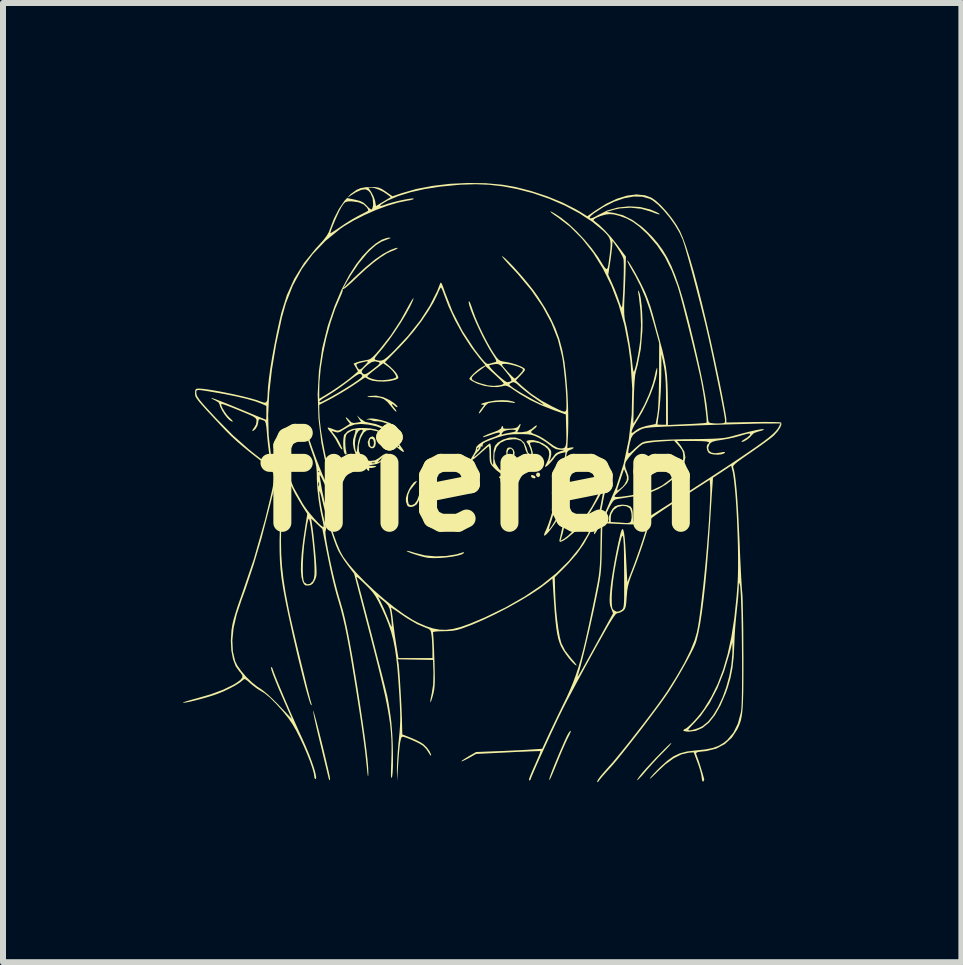
<source format=kicad_pcb>
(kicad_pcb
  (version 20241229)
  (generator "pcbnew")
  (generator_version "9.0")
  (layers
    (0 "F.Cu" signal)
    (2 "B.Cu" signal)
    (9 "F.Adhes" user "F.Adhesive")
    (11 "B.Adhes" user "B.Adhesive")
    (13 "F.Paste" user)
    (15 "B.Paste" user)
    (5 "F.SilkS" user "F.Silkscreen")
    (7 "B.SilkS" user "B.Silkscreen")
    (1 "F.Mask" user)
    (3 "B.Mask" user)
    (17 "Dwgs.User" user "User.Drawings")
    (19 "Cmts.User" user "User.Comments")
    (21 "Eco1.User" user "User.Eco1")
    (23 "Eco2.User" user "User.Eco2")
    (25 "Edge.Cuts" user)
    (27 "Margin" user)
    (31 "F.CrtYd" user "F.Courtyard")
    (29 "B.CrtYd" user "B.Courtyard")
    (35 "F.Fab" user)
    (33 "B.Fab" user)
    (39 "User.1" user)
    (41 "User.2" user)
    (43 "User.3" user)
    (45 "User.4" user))
  (footprint "frieren"
    (layer "F.Cu")
    (at 4.978 4.987)
    (property "Reference" "frieren" (at 0 0 0) (layer "F.SilkS") (effects (font (size 1.5 1.5) (thickness 0.3))))
    (attr board_only exclude_from_pos_files exclude_from_bom)
    (fp_poly (pts (xy -0.803 0.423) (xy -0.789 0.437) (xy -0.769 0.467) (xy -0.773 0.478) (xy -0.803 0.464) (xy -0.82 0.447) (xy -0.839 0.415) (xy -0.831 0.406)) (stroke (width 0) (type solid)) (fill yes) (layer "F.SilkS"))
    (fp_poly (pts (xy 0.96 -0.156) (xy 0.966 -0.152) (xy 0.977 -0.119) (xy 0.962 -0.09) (xy 0.943 -0.083) (xy 0.917 -0.098) (xy 0.911 -0.106) (xy 0.909 -0.138) (xy 0.93 -0.159)) (stroke (width 0) (type solid)) (fill yes) (layer "F.SilkS"))
    (fp_poly (pts (xy 0.884 -0.104) (xy 0.902 -0.082) (xy 0.902 -0.081) (xy 0.887 -0.064) (xy 0.856 -0.066) (xy 0.83 -0.084) (xy 0.829 -0.085) (xy 0.823 -0.112) (xy 0.825 -0.116) (xy 0.851 -0.118)) (stroke (width 0) (type solid)) (fill yes) (layer "F.SilkS"))
    (fp_poly (pts (xy -2.203 -0.393) (xy -2.205 -0.373) (xy -2.2 -0.363) (xy -2.184 -0.367) (xy -2.157 -0.364) (xy -2.153 -0.345) (xy -2.156 -0.321) (xy -2.176 -0.317) (xy -2.217 -0.326) (xy -2.251 -0.348) (xy -2.266 -0.38) (xy -2.254 -0.406) (xy -2.254 -0.406) (xy -2.224 -0.41)) (stroke (width 0) (type solid)) (fill yes) (layer "F.SilkS"))
    (fp_poly (pts (xy -1.755 -1.052) (xy -1.676 -1.034) (xy -1.599 -1.012) (xy -1.533 -0.987) (xy -1.489 -0.963) (xy -1.476 -0.946) (xy -1.485 -0.938) (xy -1.517 -0.947) (xy -1.578 -0.974) (xy -1.589 -0.979) (xy -1.656 -1.004) (xy -1.722 -1.015) (xy -1.736 -1.015) (xy -1.786 -1.016) (xy -1.816 -1.025) (xy -1.817 -1.025) (xy -1.847 -1.037) (xy -1.884 -1.043) (xy -1.918 -1.045) (xy -1.914 -1.05) (xy -1.876 -1.059) (xy -1.825 -1.061)) (stroke (width 0) (type solid)) (fill yes) (layer "F.SilkS"))
    (fp_poly (pts (xy 3.158 4.361) (xy 3.129 4.397) (xy 3.08 4.45) (xy 3.032 4.499) (xy 2.947 4.585) (xy 2.855 4.685) (xy 2.771 4.779) (xy 2.748 4.805) (xy 2.687 4.877) (xy 2.638 4.93) (xy 2.605 4.962) (xy 2.59 4.971) (xy 2.597 4.954) (xy 2.627 4.911) (xy 2.645 4.887) (xy 2.69 4.832) (xy 2.751 4.763) (xy 2.823 4.685) (xy 2.899 4.603) (xy 2.976 4.524) (xy 3.046 4.453) (xy 3.104 4.396) (xy 3.145 4.359) (xy 3.163 4.348)) (stroke (width 0) (type solid)) (fill yes) (layer "F.SilkS"))
    (fp_poly (pts (xy -1.787 -0.743) (xy -1.768 -0.701) (xy -1.764 -0.644) (xy -1.775 -0.595) (xy -1.803 -0.566) (xy -1.844 -0.566) (xy -1.88 -0.594) (xy -1.886 -0.604) (xy -1.899 -0.667) (xy -1.897 -0.671) (xy -1.866 -0.671) (xy -1.861 -0.622) (xy -1.851 -0.596) (xy -1.823 -0.586) (xy -1.802 -0.61) (xy -1.794 -0.657) (xy -1.805 -0.707) (xy -1.83 -0.724) (xy -1.856 -0.719) (xy -1.865 -0.685) (xy -1.866 -0.671) (xy -1.897 -0.671) (xy -1.875 -0.728) (xy -1.854 -0.75) (xy -1.818 -0.763)) (stroke (width 0) (type solid)) (fill yes) (layer "F.SilkS"))
    (fp_poly (pts (xy -1.186 1.156) (xy -1.119 1.177) (xy -1.102 1.182) (xy -0.946 1.221) (xy -0.771 1.237) (xy -0.591 1.231) (xy -0.422 1.204) (xy -0.313 1.171) (xy -0.291 1.169) (xy -0.294 1.181) (xy -0.327 1.203) (xy -0.392 1.223) (xy -0.479 1.241) (xy -0.581 1.255) (xy -0.688 1.264) (xy -0.791 1.267) (xy -0.881 1.263) (xy -0.933 1.255) (xy -1.005 1.237) (xy -1.083 1.214) (xy -1.156 1.19) (xy -1.214 1.168) (xy -1.247 1.152) (xy -1.251 1.147) (xy -1.233 1.146)) (stroke (width 0) (type solid)) (fill yes) (layer "F.SilkS"))
    (fp_poly (pts (xy 0.529 -0.548) (xy 0.549 -0.502) (xy 0.547 -0.451) (xy 0.532 -0.425) (xy 0.49 -0.397) (xy 0.446 -0.41) (xy 0.435 -0.42) (xy 0.414 -0.462) (xy 0.413 -0.486) (xy 0.431 -0.486) (xy 0.438 -0.446) (xy 0.462 -0.418) (xy 0.496 -0.43) (xy 0.512 -0.446) (xy 0.526 -0.486) (xy 0.519 -0.528) (xy 0.495 -0.555) (xy 0.475 -0.557) (xy 0.443 -0.533) (xy 0.431 -0.486) (xy 0.413 -0.486) (xy 0.411 -0.514) (xy 0.425 -0.559) (xy 0.444 -0.576) (xy 0.491 -0.577)) (stroke (width 0) (type solid)) (fill yes) (layer "F.SilkS"))
    (fp_poly (pts (xy -2.8 3.826) (xy -2.784 3.88) (xy -2.761 3.962) (xy -2.734 4.066) (xy -2.703 4.186) (xy -2.67 4.317) (xy -2.637 4.452) (xy -2.605 4.585) (xy -2.576 4.709) (xy -2.55 4.82) (xy -2.532 4.904) (xy -2.526 4.953) (xy -2.531 4.971) (xy -2.543 4.956) (xy -2.552 4.925) (xy -2.56 4.893) (xy -2.576 4.826) (xy -2.599 4.731) (xy -2.628 4.612) (xy -2.66 4.477) (xy -2.693 4.343) (xy -2.727 4.2) (xy -2.757 4.072) (xy -2.781 3.964) (xy -2.798 3.88) (xy -2.807 3.826) (xy -2.808 3.807)) (stroke (width 0) (type solid)) (fill yes) (layer "F.SilkS"))
    (fp_poly (pts (xy 1.483 4.168) (xy 1.462 4.216) (xy 1.447 4.246) (xy 1.422 4.297) (xy 1.385 4.378) (xy 1.341 4.478) (xy 1.294 4.59) (xy 1.27 4.649) (xy 1.216 4.781) (xy 1.176 4.876) (xy 1.148 4.938) (xy 1.133 4.967) (xy 1.128 4.967) (xy 1.132 4.939) (xy 1.135 4.924) (xy 1.15 4.88) (xy 1.177 4.807) (xy 1.214 4.713) (xy 1.258 4.607) (xy 1.304 4.497) (xy 1.35 4.392) (xy 1.39 4.3) (xy 1.423 4.23) (xy 1.445 4.19) (xy 1.445 4.189) (xy 1.474 4.15) (xy 1.487 4.145)) (stroke (width 0) (type solid)) (fill yes) (layer "F.SilkS"))
    (fp_poly (pts (xy 0.444 -1.362) (xy 0.524 -1.344) (xy 0.55 -1.331) (xy 0.561 -1.319) (xy 0.538 -1.32) (xy 0.502 -1.326) (xy 0.428 -1.335) (xy 0.338 -1.338) (xy 0.248 -1.336) (xy 0.168 -1.328) (xy 0.114 -1.316) (xy 0.105 -1.312) (xy 0.069 -1.281) (xy 0.029 -1.23) (xy 0.021 -1.217) (xy -0.012 -1.172) (xy -0.038 -1.146) (xy -0.044 -1.144) (xy -0.045 -1.158) (xy -0.025 -1.195) (xy -0.01 -1.215) (xy 0.043 -1.287) (xy -0.004 -1.294) (xy -0.011 -1.302) (xy 0.02 -1.316) (xy 0.085 -1.334) (xy 0.11 -1.34) (xy 0.226 -1.36) (xy 0.341 -1.367)) (stroke (width 0) (type solid)) (fill yes) (layer "F.SilkS"))
    (fp_poly (pts (xy -1.639 -1.416) (xy -1.533 -1.367) (xy -1.471 -1.326) (xy -1.425 -1.289) (xy -1.402 -1.261) (xy -1.406 -1.248) (xy -1.41 -1.248) (xy -1.438 -1.263) (xy -1.456 -1.28) (xy -1.482 -1.301) (xy -1.493 -1.301) (xy -1.488 -1.28) (xy -1.461 -1.244) (xy -1.456 -1.238) (xy -1.427 -1.2) (xy -1.419 -1.175) (xy -1.42 -1.174) (xy -1.437 -1.182) (xy -1.471 -1.217) (xy -1.51 -1.265) (xy -1.572 -1.339) (xy -1.63 -1.384) (xy -1.696 -1.408) (xy -1.787 -1.416) (xy -1.81 -1.417) (xy -1.876 -1.418) (xy -1.904 -1.421) (xy -1.899 -1.427) (xy -1.866 -1.436) (xy -1.758 -1.442)) (stroke (width 0) (type solid)) (fill yes) (layer "F.SilkS"))
    (fp_poly (pts (xy -1.083 -0.007) (xy -1.106 0.028) (xy -1.135 0.062) (xy -1.194 0.139) (xy -1.223 0.212) (xy -1.228 0.294) (xy -1.226 0.314) (xy -1.217 0.363) (xy -1.194 0.382) (xy -1.17 0.385) (xy -1.119 0.365) (xy -1.075 0.305) (xy -1.039 0.205) (xy -1.017 0.112) (xy -1.002 0.043) (xy -0.993 0.013) (xy -0.988 0.018) (xy -0.986 0.043) (xy -0.993 0.122) (xy -1.013 0.211) (xy -1.041 0.296) (xy -1.075 0.36) (xy -1.088 0.376) (xy -1.134 0.405) (xy -1.185 0.415) (xy -1.226 0.404) (xy -1.241 0.385) (xy -1.256 0.336) (xy -1.261 0.32) (xy -1.262 0.267) (xy -1.244 0.198) (xy -1.211 0.124) (xy -1.171 0.056) (xy -1.128 0.004) (xy -1.088 -0.02) (xy -1.082 -0.021)) (stroke (width 0) (type solid)) (fill yes) (layer "F.SilkS"))
    (fp_poly (pts (xy -2.015 -1.054) (xy -1.943 -1.006) (xy -1.862 -0.988) (xy -1.765 -0.969) (xy -1.655 -0.926) (xy -1.547 -0.867) (xy -1.455 -0.8) (xy -1.426 -0.772) (xy -1.386 -0.727) (xy -1.365 -0.695) (xy -1.365 -0.686) (xy -1.397 -0.699) (xy -1.413 -0.712) (xy -1.431 -0.724) (xy -1.425 -0.708) (xy -1.399 -0.668) (xy -1.356 -0.609) (xy -1.35 -0.6) (xy -1.307 -0.539) (xy -1.293 -0.507) (xy -1.308 -0.503) (xy -1.348 -0.529) (xy -1.409 -0.58) (xy -1.452 -0.618) (xy -1.411 -0.618) (xy -1.406 -0.606) (xy -1.386 -0.584) (xy -1.374 -0.589) (xy -1.374 -0.592) (xy -1.388 -0.609) (xy -1.397 -0.616) (xy -1.411 -0.618) (xy -1.452 -0.618) (xy -1.527 -0.685) (xy -1.534 -0.624) (xy -1.547 -0.577) (xy -1.577 -0.562) (xy -1.58 -0.562) (xy -1.604 -0.568) (xy -1.616 -0.592) (xy -1.619 -0.646) (xy -1.62 -0.664) (xy -1.621 -0.677) (xy -1.599 -0.677) (xy -1.594 -0.629) (xy -1.581 -0.604) (xy -1.579 -0.603) (xy -1.564 -0.621) (xy -1.558 -0.664) (xy -1.564 -0.712) (xy -1.579 -0.738) (xy -1.592 -0.73) (xy -1.599 -0.687) (xy -1.599 -0.677) (xy -1.621 -0.677) (xy -1.628 -0.748) (xy -1.657 -0.802) (xy -1.715 -0.838) (xy -1.759 -0.852) (xy -1.849 -0.871) (xy -1.915 -0.863) (xy -1.964 -0.825) (xy -2.006 -0.752) (xy -2.019 -0.723) (xy -2.047 -0.616) (xy -2.045 -0.52) (xy -2.014 -0.44) (xy -1.957 -0.383) (xy -1.877 -0.356) (xy -1.847 -0.354) (xy -1.776 -0.364) (xy -1.714 -0.4) (xy -1.694 -0.416) (xy -1.64 -0.456) (xy -1.594 -0.477) (xy -1.564 -0.475) (xy -1.558 -0.46) (xy -1.574 -0.432) (xy -1.612 -0.393) (xy -1.663 -0.351) (xy -1.713 -0.318) (xy -1.748 -0.302) (xy -1.803 -0.292) (xy -1.855 -0.284) (xy -1.883 -0.279) (xy -1.872 -0.275) (xy -1.825 -0.272) (xy -1.771 -0.269) (xy -1.754 -0.263) (xy -1.769 -0.253) (xy -1.782 -0.248) (xy -1.829 -0.236) (xy -1.858 -0.237) (xy -1.875 -0.233) (xy -1.873 -0.217) (xy -1.873 -0.191) (xy -1.882 -0.187) (xy -1.906 -0.204) (xy -1.915 -0.221) (xy -1.942 -0.245) (xy -1.97 -0.243) (xy -2.02 -0.249) (xy -2.051 -0.271) (xy -2.073 -0.307) (xy -2.062 -0.325) (xy -2.025 -0.32) (xy -2.011 -0.313) (xy -1.965 -0.293) (xy -1.943 -0.293) (xy -1.952 -0.31) (xy -1.963 -0.318) (xy -1.832 -0.318) (xy -1.804 -0.315) (xy -1.775 -0.319) (xy -1.778 -0.326) (xy -1.82 -0.329) (xy -1.83 -0.326) (xy -1.832 -0.318) (xy -1.963 -0.318) (xy -1.981 -0.331) (xy -1.985 -0.334) (xy -1.73 -0.334) (xy -1.708 -0.343) (xy -1.657 -0.377) (xy -1.621 -0.408) (xy -1.606 -0.429) (xy -1.607 -0.431) (xy -1.628 -0.426) (xy -1.666 -0.4) (xy -1.682 -0.387) (xy -1.722 -0.349) (xy -1.73 -0.334) (xy -1.985 -0.334) (xy -2.051 -0.387) (xy -2.091 -0.447) (xy -2.071 -0.447) (xy -2.06 -0.437) (xy -2.05 -0.447) (xy -2.06 -0.458) (xy -2.071 -0.447) (xy -2.091 -0.447) (xy -2.098 -0.459) (xy -2.131 -0.559) (xy -2.133 -0.571) (xy -2.145 -0.646) (xy -2.112 -0.646) (xy -2.105 -0.557) (xy -2.096 -0.52) (xy -2.087 -0.5) (xy -2.08 -0.513) (xy -2.073 -0.562) (xy -2.069 -0.596) (xy -2.054 -0.685) (xy -2.029 -0.766) (xy -2.013 -0.799) (xy -1.987 -0.846) (xy -1.981 -0.867) (xy -1.996 -0.873) (xy -2.009 -0.874) (xy -2.05 -0.855) (xy -2.082 -0.804) (xy -2.103 -0.731) (xy -2.112 -0.646) (xy -2.145 -0.646) (xy -2.145 -0.648) (xy -2.141 -0.712) (xy -2.125 -0.769) (xy -2.108 -0.826) (xy -2.102 -0.864) (xy -2.103 -0.872) (xy -2.126 -0.87) (xy -2.171 -0.852) (xy -2.19 -0.842) (xy -2.234 -0.815) (xy -2.257 -0.786) (xy -2.268 -0.74) (xy -2.272 -0.689) (xy -2.271 -0.613) (xy -2.264 -0.544) (xy -2.257 -0.518) (xy -2.25 -0.474) (xy -2.259 -0.457) (xy -2.281 -0.471) (xy -2.287 -0.481) (xy -2.299 -0.522) (xy -2.306 -0.587) (xy -2.307 -0.662) (xy -2.303 -0.731) (xy -2.294 -0.781) (xy -2.289 -0.792) (xy -2.231 -0.851) (xy -2.154 -0.886) (xy -2.051 -0.902) (xy -1.99 -0.903) (xy -1.861 -0.897) (xy -1.76 -0.878) (xy -1.674 -0.841) (xy -1.591 -0.783) (xy -1.538 -0.736) (xy -1.473 -0.676) (xy -1.435 -0.646) (xy -1.421 -0.646) (xy -1.43 -0.675) (xy -1.46 -0.735) (xy -1.462 -0.738) (xy -1.526 -0.816) (xy -1.625 -0.881) (xy -1.754 -0.93) (xy -1.887 -0.959) (xy -2.014 -0.97) (xy -2.118 -0.96) (xy -2.214 -0.925) (xy -2.297 -0.876) (xy -2.356 -0.839) (xy -2.399 -0.827) (xy -2.434 -0.834) (xy -2.482 -0.85) (xy -2.495 -0.846) (xy -2.475 -0.818) (xy -2.456 -0.796) (xy -2.412 -0.738) (xy -2.372 -0.668) (xy -2.366 -0.655) (xy -2.341 -0.6) (xy -2.323 -0.561) (xy -2.32 -0.554) (xy -2.325 -0.545) (xy -2.336 -0.551) (xy -2.359 -0.578) (xy -2.388 -0.629) (xy -2.4 -0.652) (xy -2.436 -0.719) (xy -2.487 -0.794) (xy -2.516 -0.83) (xy -2.555 -0.88) (xy -2.568 -0.906) (xy -2.551 -0.91) (xy -2.501 -0.893) (xy -2.45 -0.873) (xy -2.41 -0.86) (xy -2.375 -0.864) (xy -2.33 -0.886) (xy -2.291 -0.91) (xy -2.194 -0.972) (xy -2.236 -1.027) (xy -2.26 -1.063) (xy -2.264 -1.081) (xy -2.262 -1.082) (xy -2.24 -1.067) (xy -2.206 -1.032) (xy -2.205 -1.03) (xy -2.169 -0.995) (xy -2.129 -0.986) (xy -2.087 -0.991) (xy -2.011 -1.004) (xy -2.045 -1.058) (xy -2.078 -1.113)) (stroke (width 0) (type solid)) (fill yes) (layer "F.SilkS"))
    (fp_poly (pts (xy 0.066 -4.983) (xy 0.345 -4.958) (xy 0.557 -4.922) (xy 0.826 -4.853) (xy 1.093 -4.765) (xy 1.346 -4.662) (xy 1.573 -4.547) (xy 1.663 -4.494) (xy 1.762 -4.432) (xy 1.894 -4.525) (xy 2.077 -4.64) (xy 2.255 -4.724) (xy 2.424 -4.776) (xy 2.582 -4.796) (xy 2.725 -4.781) (xy 2.829 -4.743) (xy 2.903 -4.692) (xy 2.989 -4.613) (xy 3.08 -4.514) (xy 3.168 -4.404) (xy 3.247 -4.29) (xy 3.306 -4.188) (xy 3.354 -4.078) (xy 3.408 -3.93) (xy 3.467 -3.746) (xy 3.531 -3.528) (xy 3.598 -3.279) (xy 3.668 -3.001) (xy 3.741 -2.697) (xy 3.816 -2.37) (xy 3.892 -2.021) (xy 3.969 -1.653) (xy 3.978 -1.608) (xy 4.006 -1.466) (xy 4.031 -1.335) (xy 4.052 -1.221) (xy 4.068 -1.131) (xy 4.078 -1.071) (xy 4.08 -1.05) (xy 4.08 -0.994) (xy 4.529 -1.002) (xy 4.661 -1.003) (xy 4.779 -1.003) (xy 4.876 -1.002) (xy 4.948 -0.999) (xy 4.987 -0.996) (xy 4.993 -0.994) (xy 4.998 -0.962) (xy 4.978 -0.911) (xy 4.938 -0.85) (xy 4.883 -0.788) (xy 4.865 -0.77) (xy 4.817 -0.731) (xy 4.742 -0.675) (xy 4.65 -0.608) (xy 4.547 -0.536) (xy 4.477 -0.487) (xy 4.364 -0.409) (xy 4.282 -0.35) (xy 4.229 -0.307) (xy 4.2 -0.276) (xy 4.192 -0.256) (xy 4.193 -0.252) (xy 4.209 -0.196) (xy 4.224 -0.113) (xy 4.238 -0.002) (xy 4.252 0.14) (xy 4.265 0.315) (xy 4.278 0.525) (xy 4.29 0.772) (xy 4.303 1.057) (xy 4.306 1.144) (xy 4.313 1.3) (xy 4.321 1.453) (xy 4.328 1.594) (xy 4.335 1.716) (xy 4.342 1.81) (xy 4.346 1.851) (xy 4.35 1.911) (xy 4.353 2.007) (xy 4.356 2.133) (xy 4.359 2.284) (xy 4.362 2.454) (xy 4.363 2.639) (xy 4.364 2.832) (xy 4.365 2.902) (xy 4.365 3.137) (xy 4.364 3.335) (xy 4.362 3.499) (xy 4.358 3.635) (xy 4.353 3.746) (xy 4.345 3.836) (xy 4.335 3.909) (xy 4.322 3.971) (xy 4.305 4.025) (xy 4.285 4.074) (xy 4.263 4.121) (xy 4.172 4.259) (xy 4.054 4.367) (xy 3.912 4.442) (xy 3.748 4.483) (xy 3.708 4.487) (xy 3.633 4.495) (xy 3.591 4.504) (xy 3.576 4.518) (xy 3.578 4.533) (xy 3.601 4.597) (xy 3.629 4.677) (xy 3.656 4.764) (xy 3.681 4.846) (xy 3.7 4.912) (xy 3.71 4.953) (xy 3.711 4.959) (xy 3.7 4.988) (xy 3.69 4.993) (xy 3.676 4.974) (xy 3.669 4.93) (xy 3.669 4.925) (xy 3.661 4.875) (xy 3.642 4.8) (xy 3.614 4.713) (xy 3.602 4.681) (xy 3.536 4.504) (xy 3.454 4.51) (xy 3.332 4.538) (xy 3.201 4.604) (xy 3.064 4.704) (xy 2.946 4.813) (xy 2.884 4.875) (xy 2.837 4.92) (xy 2.809 4.943) (xy 2.804 4.94) (xy 2.804 4.939) (xy 2.828 4.908) (xy 2.874 4.856) (xy 2.936 4.792) (xy 2.984 4.745) (xy 3.097 4.643) (xy 3.198 4.571) (xy 3.302 4.522) (xy 3.418 4.491) (xy 3.561 4.473) (xy 3.585 4.471) (xy 3.735 4.455) (xy 3.854 4.431) (xy 3.95 4.396) (xy 4.033 4.347) (xy 4.097 4.295) (xy 4.198 4.175) (xy 4.272 4.024) (xy 4.321 3.842) (xy 4.327 3.806) (xy 4.332 3.752) (xy 4.336 3.662) (xy 4.339 3.543) (xy 4.341 3.4) (xy 4.342 3.239) (xy 4.342 3.063) (xy 4.341 2.879) (xy 4.339 2.693) (xy 4.337 2.508) (xy 4.334 2.331) (xy 4.331 2.166) (xy 4.326 2.02) (xy 4.322 1.897) (xy 4.316 1.803) (xy 4.311 1.742) (xy 4.308 1.727) (xy 4.297 1.688) (xy 4.291 1.68) (xy 4.288 1.706) (xy 4.287 1.768) (xy 4.283 1.834) (xy 4.276 1.928) (xy 4.265 2.039) (xy 4.253 2.153) (xy 4.253 2.153) (xy 4.239 2.288) (xy 4.226 2.444) (xy 4.217 2.598) (xy 4.213 2.704) (xy 4.202 2.915) (xy 4.182 3.097) (xy 4.15 3.261) (xy 4.105 3.419) (xy 4.071 3.516) (xy 3.983 3.72) (xy 3.89 3.884) (xy 3.791 4.009) (xy 3.684 4.096) (xy 3.57 4.146) (xy 3.459 4.16) (xy 3.403 4.156) (xy 3.368 4.147) (xy 3.362 4.14) (xy 3.368 4.131) (xy 3.444 4.131) (xy 3.461 4.139) (xy 3.505 4.133) (xy 3.563 4.117) (xy 3.627 4.094) (xy 3.683 4.066) (xy 3.774 3.992) (xy 3.861 3.884) (xy 3.943 3.746) (xy 4.017 3.587) (xy 4.08 3.412) (xy 4.13 3.228) (xy 4.164 3.041) (xy 4.18 2.858) (xy 4.181 2.798) (xy 4.18 2.673) (xy 4.14 2.829) (xy 4.043 3.153) (xy 3.93 3.438) (xy 3.8 3.686) (xy 3.653 3.896) (xy 3.555 4.005) (xy 3.502 4.06) (xy 3.463 4.104) (xy 3.445 4.129) (xy 3.444 4.131) (xy 3.368 4.131) (xy 3.376 4.12) (xy 3.38 4.119) (xy 3.412 4.104) (xy 3.462 4.062) (xy 3.523 4.002) (xy 3.589 3.93) (xy 3.653 3.852) (xy 3.705 3.782) (xy 3.828 3.581) (xy 3.935 3.364) (xy 4.025 3.127) (xy 4.101 2.867) (xy 4.163 2.581) (xy 4.213 2.263) (xy 4.25 1.91) (xy 4.265 1.72) (xy 4.272 1.582) (xy 4.275 1.419) (xy 4.275 1.237) (xy 4.272 1.043) (xy 4.266 0.842) (xy 4.258 0.642) (xy 4.248 0.447) (xy 4.236 0.266) (xy 4.222 0.103) (xy 4.207 -0.035) (xy 4.192 -0.142) (xy 4.181 -0.193) (xy 4.159 -0.274) (xy 4.104 -0.237) (xy 4.055 -0.204) (xy 3.99 -0.161) (xy 3.953 -0.137) (xy 3.857 -0.073) (xy 3.846 0.094) (xy 3.841 0.163) (xy 3.834 0.265) (xy 3.826 0.392) (xy 3.817 0.535) (xy 3.808 0.687) (xy 3.802 0.77) (xy 3.78 1.096) (xy 3.756 1.401) (xy 3.73 1.683) (xy 3.702 1.939) (xy 3.673 2.166) (xy 3.643 2.361) (xy 3.612 2.521) (xy 3.582 2.644) (xy 3.566 2.692) (xy 3.536 2.762) (xy 3.487 2.86) (xy 3.425 2.977) (xy 3.353 3.106) (xy 3.276 3.239) (xy 3.198 3.369) (xy 3.124 3.487) (xy 3.122 3.49) (xy 3.065 3.574) (xy 2.988 3.682) (xy 2.895 3.808) (xy 2.791 3.947) (xy 2.681 4.093) (xy 2.568 4.239) (xy 2.457 4.38) (xy 2.354 4.51) (xy 2.263 4.623) (xy 2.187 4.713) (xy 2.142 4.763) (xy 2.076 4.835) (xy 2.019 4.9) (xy 1.976 4.951) (xy 1.961 4.971) (xy 1.937 5.002) (xy 1.928 4.998) (xy 1.927 4.988) (xy 1.94 4.96) (xy 1.977 4.909) (xy 2.032 4.843) (xy 2.099 4.767) (xy 2.11 4.755) (xy 2.179 4.678) (xy 2.266 4.573) (xy 2.369 4.447) (xy 2.481 4.307) (xy 2.597 4.158) (xy 2.714 4.007) (xy 2.825 3.861) (xy 2.926 3.725) (xy 3.013 3.605) (xy 3.079 3.509) (xy 3.089 3.495) (xy 3.247 3.244) (xy 3.378 3.016) (xy 3.479 2.812) (xy 3.551 2.634) (xy 3.587 2.511) (xy 3.607 2.412) (xy 3.628 2.278) (xy 3.65 2.116) (xy 3.672 1.93) (xy 3.695 1.728) (xy 3.717 1.515) (xy 3.738 1.296) (xy 3.757 1.076) (xy 3.774 0.863) (xy 3.789 0.66) (xy 3.8 0.475) (xy 3.808 0.313) (xy 3.812 0.178) (xy 3.811 0.078) (xy 3.81 0.058) (xy 3.803 -0.039) (xy 3.321 0.271) (xy 3.195 0.352) (xy 3.08 0.428) (xy 2.981 0.494) (xy 2.903 0.548) (xy 2.85 0.587) (xy 2.826 0.607) (xy 2.826 0.607) (xy 2.815 0.636) (xy 2.795 0.697) (xy 2.768 0.781) (xy 2.737 0.881) (xy 2.726 0.915) (xy 2.683 1.049) (xy 2.631 1.199) (xy 2.578 1.346) (xy 2.536 1.456) (xy 2.491 1.571) (xy 2.461 1.659) (xy 2.441 1.734) (xy 2.428 1.808) (xy 2.421 1.892) (xy 2.419 1.911) (xy 2.412 2.005) (xy 2.404 2.067) (xy 2.391 2.107) (xy 2.372 2.134) (xy 2.36 2.145) (xy 2.309 2.174) (xy 2.267 2.184) (xy 2.252 2.189) (xy 2.233 2.205) (xy 2.209 2.236) (xy 2.176 2.286) (xy 2.132 2.356) (xy 2.077 2.451) (xy 2.008 2.573) (xy 1.922 2.726) (xy 1.844 2.868) (xy 1.752 3.035) (xy 1.661 3.202) (xy 1.574 3.363) (xy 1.495 3.511) (xy 1.426 3.64) (xy 1.372 3.745) (xy 1.34 3.809) (xy 1.285 3.921) (xy 1.225 4.048) (xy 1.161 4.184) (xy 1.097 4.323) (xy 1.034 4.46) (xy 0.974 4.59) (xy 0.921 4.708) (xy 0.877 4.809) (xy 0.844 4.886) (xy 0.824 4.934) (xy 0.82 4.949) (xy 0.806 4.971) (xy 0.8 4.972) (xy 0.791 4.969) (xy 0.79 4.956) (xy 0.798 4.927) (xy 0.817 4.878) (xy 0.849 4.802) (xy 0.897 4.695) (xy 0.901 4.684) (xy 0.937 4.603) (xy 0.964 4.537) (xy 0.979 4.495) (xy 0.981 4.484) (xy 0.959 4.484) (xy 0.902 4.485) (xy 0.815 4.488) (xy 0.704 4.493) (xy 0.573 4.498) (xy 0.441 4.505) (xy -0.092 4.531) (xy -0.211 4.598) (xy -0.273 4.63) (xy -0.319 4.651) (xy -0.339 4.656) (xy -0.327 4.642) (xy -0.287 4.614) (xy -0.228 4.578) (xy -0.22 4.573) (xy -0.092 4.499) (xy 0.256 4.485) (xy 0.391 4.48) (xy 0.53 4.473) (xy 0.66 4.467) (xy 0.768 4.461) (xy 0.807 4.458) (xy 1.01 4.445) (xy 1.096 4.256) (xy 1.134 4.175) (xy 1.186 4.066) (xy 1.246 3.941) (xy 1.309 3.81) (xy 1.361 3.703) (xy 1.423 3.575) (xy 1.477 3.455) (xy 1.526 3.337) (xy 1.563 3.237) (xy 1.6 3.237) (xy 1.6 3.243) (xy 1.61 3.232) (xy 1.631 3.199) (xy 1.664 3.142) (xy 1.711 3.058) (xy 1.774 2.945) (xy 1.854 2.8) (xy 1.903 2.711) (xy 2.191 2.187) (xy 2.158 2.1) (xy 2.143 2.058) (xy 2.136 2.014) (xy 2.134 1.959) (xy 2.136 1.922) (xy 2.169 1.922) (xy 2.17 2.014) (xy 2.174 2.074) (xy 2.183 2.11) (xy 2.2 2.131) (xy 2.205 2.136) (xy 2.251 2.16) (xy 2.294 2.154) (xy 2.332 2.131) (xy 2.346 2.121) (xy 2.357 2.107) (xy 2.364 2.086) (xy 2.37 2.053) (xy 2.374 2.002) (xy 2.376 1.929) (xy 2.376 1.829) (xy 2.376 1.697) (xy 2.376 1.533) (xy 2.374 1.334) (xy 2.373 1.175) (xy 2.37 1.053) (xy 2.365 0.967) (xy 2.359 0.914) (xy 2.351 0.893) (xy 2.341 0.901) (xy 2.328 0.936) (xy 2.312 0.996) (xy 2.3 1.046) (xy 2.254 1.266) (xy 2.216 1.476) (xy 2.189 1.667) (xy 2.173 1.831) (xy 2.169 1.922) (xy 2.136 1.922) (xy 2.138 1.883) (xy 2.148 1.776) (xy 2.148 1.771) (xy 2.164 1.644) (xy 2.188 1.49) (xy 2.217 1.322) (xy 2.249 1.153) (xy 2.282 0.997) (xy 2.313 0.867) (xy 2.316 0.855) (xy 2.333 0.801) (xy 2.349 0.78) (xy 2.362 0.794) (xy 2.374 0.843) (xy 2.386 0.929) (xy 2.396 1.054) (xy 2.406 1.219) (xy 2.407 1.237) (xy 2.429 1.665) (xy 2.488 1.514) (xy 2.54 1.379) (xy 2.59 1.241) (xy 2.638 1.105) (xy 2.681 0.977) (xy 2.718 0.861) (xy 2.747 0.763) (xy 2.767 0.688) (xy 2.776 0.642) (xy 2.772 0.629) (xy 2.772 0.629) (xy 2.708 0.662) (xy 2.653 0.684) (xy 2.599 0.698) (xy 2.534 0.704) (xy 2.45 0.704) (xy 2.338 0.7) (xy 2.303 0.698) (xy 2.013 0.684) (xy 2.004 1.107) (xy 2.001 1.246) (xy 1.997 1.358) (xy 1.991 1.455) (xy 1.982 1.544) (xy 1.968 1.636) (xy 1.95 1.742) (xy 1.924 1.87) (xy 1.898 1.997) (xy 1.868 2.141) (xy 1.833 2.298) (xy 1.797 2.461) (xy 1.759 2.623) (xy 1.722 2.779) (xy 1.687 2.921) (xy 1.656 3.044) (xy 1.63 3.141) (xy 1.611 3.204) (xy 1.608 3.214) (xy 1.6 3.237) (xy 1.563 3.237) (xy 1.57 3.217) (xy 1.612 3.091) (xy 1.653 2.952) (xy 1.694 2.796) (xy 1.736 2.619) (xy 1.782 2.414) (xy 1.832 2.178) (xy 1.881 1.945) (xy 1.911 1.793) (xy 1.935 1.672) (xy 1.952 1.572) (xy 1.963 1.482) (xy 1.971 1.393) (xy 1.976 1.295) (xy 1.979 1.177) (xy 1.981 1.066) (xy 1.988 0.645) (xy 1.988 0.644) (xy 2.03 0.644) (xy 2.047 0.66) (xy 2.082 0.666) (xy 2.096 0.664) (xy 2.153 0.664) (xy 2.26 0.671) (xy 2.334 0.676) (xy 2.399 0.681) (xy 2.422 0.683) (xy 2.47 0.674) (xy 2.489 0.654) (xy 2.501 0.589) (xy 2.497 0.516) (xy 2.48 0.454) (xy 2.467 0.433) (xy 2.414 0.403) (xy 2.353 0.395) (xy 2.27 0.413) (xy 2.203 0.462) (xy 2.162 0.533) (xy 2.153 0.59) (xy 2.153 0.664) (xy 2.096 0.664) (xy 2.119 0.66) (xy 2.125 0.637) (xy 2.122 0.625) (xy 2.123 0.574) (xy 2.145 0.509) (xy 2.181 0.447) (xy 2.221 0.405) (xy 2.278 0.382) (xy 2.352 0.375) (xy 2.425 0.383) (xy 2.479 0.405) (xy 2.484 0.409) (xy 2.508 0.444) (xy 2.519 0.5) (xy 2.522 0.565) (xy 2.525 0.64) (xy 2.539 0.678) (xy 2.571 0.686) (xy 2.629 0.667) (xy 2.65 0.658) (xy 2.684 0.64) (xy 2.748 0.602) (xy 2.838 0.546) (xy 2.951 0.476) (xy 3.081 0.393) (xy 3.226 0.301) (xy 3.381 0.201) (xy 3.542 0.097) (xy 3.706 -0.009) (xy 3.867 -0.114) (xy 4.022 -0.215) (xy 4.167 -0.311) (xy 4.298 -0.398) (xy 4.41 -0.474) (xy 4.428 -0.486) (xy 4.577 -0.589) (xy 4.696 -0.674) (xy 4.787 -0.743) (xy 4.855 -0.801) (xy 4.904 -0.85) (xy 4.938 -0.893) (xy 4.953 -0.919) (xy 4.983 -0.978) (xy 4.751 -0.977) (xy 4.681 -0.977) (xy 4.575 -0.975) (xy 4.439 -0.971) (xy 4.28 -0.967) (xy 4.102 -0.962) (xy 3.912 -0.956) (xy 3.716 -0.95) (xy 3.624 -0.947) (xy 3.407 -0.939) (xy 3.227 -0.933) (xy 3.08 -0.927) (xy 2.963 -0.921) (xy 2.872 -0.916) (xy 2.801 -0.91) (xy 2.749 -0.904) (xy 2.71 -0.897) (xy 2.682 -0.889) (xy 2.659 -0.879) (xy 2.65 -0.875) (xy 2.573 -0.829) (xy 2.524 -0.787) (xy 2.494 -0.735) (xy 2.473 -0.661) (xy 2.469 -0.641) (xy 2.451 -0.551) (xy 2.444 -0.498) (xy 2.452 -0.479) (xy 2.477 -0.491) (xy 2.521 -0.529) (xy 2.538 -0.546) (xy 2.596 -0.598) (xy 2.647 -0.64) (xy 2.677 -0.66) (xy 2.717 -0.675) (xy 2.783 -0.686) (xy 2.877 -0.696) (xy 3.001 -0.704) (xy 3.159 -0.71) (xy 3.354 -0.715) (xy 3.518 -0.717) (xy 3.682 -0.719) (xy 3.811 -0.722) (xy 3.912 -0.726) (xy 3.992 -0.732) (xy 4.056 -0.739) (xy 4.113 -0.75) (xy 4.168 -0.763) (xy 4.192 -0.77) (xy 4.345 -0.811) (xy 4.475 -0.844) (xy 4.58 -0.868) (xy 4.655 -0.881) (xy 4.698 -0.884) (xy 4.706 -0.876) (xy 4.681 -0.862) (xy 4.631 -0.848) (xy 4.616 -0.845) (xy 4.539 -0.817) (xy 4.502 -0.781) (xy 4.469 -0.743) (xy 4.422 -0.707) (xy 4.375 -0.68) (xy 4.34 -0.67) (xy 4.332 -0.673) (xy 4.341 -0.688) (xy 4.376 -0.712) (xy 4.382 -0.715) (xy 4.432 -0.747) (xy 4.468 -0.779) (xy 4.481 -0.802) (xy 4.467 -0.811) (xy 4.422 -0.805) (xy 4.345 -0.783) (xy 4.302 -0.77) (xy 4.215 -0.746) (xy 4.11 -0.723) (xy 4.007 -0.705) (xy 4.001 -0.704) (xy 3.912 -0.69) (xy 3.855 -0.675) (xy 3.82 -0.656) (xy 3.799 -0.632) (xy 3.777 -0.572) (xy 3.789 -0.524) (xy 3.831 -0.492) (xy 3.898 -0.481) (xy 3.978 -0.492) (xy 4.028 -0.502) (xy 4.056 -0.502) (xy 4.059 -0.499) (xy 4.041 -0.477) (xy 3.995 -0.463) (xy 3.933 -0.457) (xy 3.869 -0.461) (xy 3.814 -0.473) (xy 3.784 -0.49) (xy 3.76 -0.533) (xy 3.752 -0.585) (xy 3.763 -0.626) (xy 3.772 -0.634) (xy 3.793 -0.654) (xy 3.783 -0.669) (xy 3.739 -0.679) (xy 3.66 -0.684) (xy 3.542 -0.686) (xy 3.525 -0.686) (xy 3.258 -0.686) (xy 3.321 -0.607) (xy 3.379 -0.51) (xy 3.397 -0.414) (xy 3.377 -0.312) (xy 3.367 -0.288) (xy 3.294 -0.162) (xy 3.186 -0.047) (xy 3.073 0.04) (xy 2.946 0.115) (xy 2.813 0.172) (xy 2.661 0.214) (xy 2.525 0.239) (xy 2.431 0.254) (xy 2.345 0.268) (xy 2.28 0.278) (xy 2.26 0.282) (xy 2.225 0.291) (xy 2.197 0.311) (xy 2.169 0.35) (xy 2.133 0.414) (xy 2.111 0.458) (xy 2.075 0.534) (xy 2.047 0.597) (xy 2.031 0.637) (xy 2.03 0.644) (xy 1.988 0.644) (xy 2.078 0.463) (xy 2.177 0.234) (xy 2.214 0.234) (xy 2.224 0.245) (xy 2.257 0.248) (xy 2.319 0.244) (xy 2.412 0.232) (xy 2.501 0.218) (xy 2.69 0.179) (xy 2.856 0.128) (xy 2.989 0.066) (xy 3.017 0.05) (xy 3.153 -0.052) (xy 3.257 -0.16) (xy 3.327 -0.272) (xy 3.36 -0.383) (xy 3.362 -0.42) (xy 3.358 -0.485) (xy 3.34 -0.535) (xy 3.301 -0.588) (xy 3.286 -0.606) (xy 3.209 -0.692) (xy 2.974 -0.677) (xy 2.874 -0.669) (xy 2.786 -0.657) (xy 2.719 -0.645) (xy 2.686 -0.634) (xy 2.636 -0.599) (xy 2.574 -0.542) (xy 2.509 -0.475) (xy 2.452 -0.408) (xy 2.412 -0.351) (xy 2.4 -0.328) (xy 2.391 -0.282) (xy 2.401 -0.229) (xy 2.422 -0.176) (xy 2.448 -0.102) (xy 2.45 -0.041) (xy 2.425 0.015) (xy 2.37 0.078) (xy 2.327 0.118) (xy 2.272 0.169) (xy 2.232 0.21) (xy 2.215 0.233) (xy 2.214 0.234) (xy 2.177 0.234) (xy 2.226 0.122) (xy 2.261 0.122) (xy 2.262 0.137) (xy 2.273 0.135) (xy 2.293 0.121) (xy 2.303 0.115) (xy 2.352 0.073) (xy 2.383 0.035) (xy 2.417 -0.028) (xy 2.424 -0.08) (xy 2.408 -0.139) (xy 2.404 -0.147) (xy 2.374 -0.218) (xy 2.327 -0.08) (xy 2.293 0.019) (xy 2.271 0.085) (xy 2.261 0.122) (xy 2.226 0.122) (xy 2.242 0.086) (xy 2.367 -0.304) (xy 2.453 -0.707) (xy 2.502 -1.124) (xy 2.511 -1.554) (xy 2.483 -1.999) (xy 2.448 -2.267) (xy 2.38 -2.62) (xy 2.285 -2.954) (xy 2.165 -3.268) (xy 2.073 -3.457) (xy 2.112 -3.457) (xy 2.181 -3.303) (xy 2.221 -3.21) (xy 2.259 -3.113) (xy 2.287 -3.033) (xy 2.287 -3.031) (xy 2.309 -2.968) (xy 2.328 -2.925) (xy 2.338 -2.912) (xy 2.343 -2.932) (xy 2.348 -2.987) (xy 2.354 -3.07) (xy 2.36 -3.176) (xy 2.364 -3.292) (xy 2.368 -3.417) (xy 2.37 -3.531) (xy 2.37 -3.625) (xy 2.368 -3.693) (xy 2.364 -3.724) (xy 2.346 -3.767) (xy 2.311 -3.83) (xy 2.267 -3.899) (xy 2.183 -4.022) (xy 2.178 -3.94) (xy 2.172 -3.883) (xy 2.162 -3.8) (xy 2.149 -3.703) (xy 2.142 -3.658) (xy 2.112 -3.457) (xy 2.073 -3.457) (xy 2.023 -3.559) (xy 1.859 -3.823) (xy 1.676 -4.056) (xy 1.475 -4.257) (xy 1.276 -4.41) (xy 1.211 -4.455) (xy 1.165 -4.49) (xy 1.144 -4.511) (xy 1.146 -4.514) (xy 1.173 -4.503) (xy 1.225 -4.473) (xy 1.292 -4.429) (xy 1.325 -4.407) (xy 1.448 -4.309) (xy 1.58 -4.185) (xy 1.712 -4.045) (xy 1.835 -3.898) (xy 1.939 -3.756) (xy 1.971 -3.705) (xy 2.024 -3.619) (xy 2.06 -3.567) (xy 2.085 -3.551) (xy 2.101 -3.57) (xy 2.114 -3.628) (xy 2.127 -3.725) (xy 2.132 -3.758) (xy 2.146 -3.877) (xy 2.151 -3.965) (xy 2.144 -4.03) (xy 2.123 -4.083) (xy 2.086 -4.132) (xy 2.031 -4.187) (xy 2.027 -4.191) (xy 1.846 -4.34) (xy 1.803 -4.368) (xy 1.864 -4.368) (xy 1.867 -4.363) (xy 1.957 -4.291) (xy 2.058 -4.193) (xy 2.161 -4.079) (xy 2.255 -3.961) (xy 2.406 -3.759) (xy 2.4 -3.549) (xy 2.397 -3.441) (xy 2.392 -3.31) (xy 2.387 -3.172) (xy 2.381 -3.063) (xy 2.376 -2.916) (xy 2.378 -2.804) (xy 2.386 -2.721) (xy 2.393 -2.688) (xy 2.415 -2.596) (xy 2.438 -2.475) (xy 2.462 -2.34) (xy 2.484 -2.202) (xy 2.502 -2.076) (xy 2.512 -1.98) (xy 2.52 -1.909) (xy 2.528 -1.858) (xy 2.535 -1.838) (xy 2.536 -1.838) (xy 2.551 -1.871) (xy 2.57 -1.936) (xy 2.59 -2.025) (xy 2.61 -2.13) (xy 2.628 -2.241) (xy 2.643 -2.349) (xy 2.647 -2.394) (xy 2.657 -2.617) (xy 2.648 -2.857) (xy 2.622 -3.093) (xy 2.612 -3.152) (xy 2.608 -3.19) (xy 2.615 -3.191) (xy 2.621 -3.182) (xy 2.639 -3.133) (xy 2.655 -3.051) (xy 2.668 -2.944) (xy 2.677 -2.821) (xy 2.682 -2.689) (xy 2.681 -2.559) (xy 2.68 -2.517) (xy 2.654 -2.22) (xy 2.602 -1.953) (xy 2.574 -1.851) (xy 2.56 -1.783) (xy 2.55 -1.673) (xy 2.542 -1.524) (xy 2.537 -1.367) (xy 2.53 -0.977) (xy 2.618 -1.118) (xy 2.711 -1.286) (xy 2.792 -1.468) (xy 2.856 -1.649) (xy 2.888 -1.778) (xy 2.903 -1.848) (xy 2.917 -1.892) (xy 2.926 -1.904) (xy 2.928 -1.898) (xy 2.926 -1.823) (xy 2.904 -1.72) (xy 2.866 -1.596) (xy 2.815 -1.46) (xy 2.752 -1.318) (xy 2.682 -1.178) (xy 2.606 -1.047) (xy 2.595 -1.03) (xy 2.547 -0.95) (xy 2.515 -0.885) (xy 2.5 -0.839) (xy 2.503 -0.819) (xy 2.526 -0.828) (xy 2.537 -0.837) (xy 2.583 -0.871) (xy 2.624 -0.896) (xy 2.674 -0.915) (xy 2.744 -0.936) (xy 2.788 -0.946) (xy 2.868 -0.962) (xy 2.932 -0.962) (xy 2.95 -0.959) (xy 2.994 -0.957) (xy 3.003 -0.957) (xy 3.075 -0.957) (xy 3.074 -1.357) (xy 3.073 -1.525) (xy 3.069 -1.66) (xy 3.061 -1.771) (xy 3.05 -1.866) (xy 3.036 -1.945) (xy 2.998 -2.132) (xy 2.995 -1.779) (xy 2.992 -1.639) (xy 2.986 -1.493) (xy 2.977 -1.354) (xy 2.967 -1.237) (xy 2.962 -1.196) (xy 2.95 -1.104) (xy 2.94 -1.028) (xy 2.934 -0.978) (xy 2.932 -0.962) (xy 2.868 -0.962) (xy 2.901 -0.969) (xy 2.928 -1.114) (xy 2.939 -1.196) (xy 2.947 -1.317) (xy 2.953 -1.474) (xy 2.957 -1.666) (xy 2.958 -1.789) (xy 2.96 -2.319) (xy 2.871 -2.642) (xy 2.802 -2.875) (xy 2.73 -3.079) (xy 2.651 -3.263) (xy 2.561 -3.441) (xy 2.523 -3.506) (xy 2.48 -3.583) (xy 2.447 -3.645) (xy 2.429 -3.686) (xy 2.427 -3.697) (xy 2.441 -3.686) (xy 2.47 -3.644) (xy 2.51 -3.579) (xy 2.557 -3.498) (xy 2.606 -3.407) (xy 2.655 -3.314) (xy 2.698 -3.226) (xy 2.733 -3.15) (xy 2.736 -3.142) (xy 2.776 -3.04) (xy 2.817 -2.92) (xy 2.852 -2.802) (xy 2.861 -2.77) (xy 2.891 -2.657) (xy 2.924 -2.533) (xy 2.955 -2.42) (xy 2.962 -2.392) (xy 3.011 -2.21) (xy 3.047 -2.055) (xy 3.073 -1.915) (xy 3.09 -1.778) (xy 3.099 -1.631) (xy 3.104 -1.463) (xy 3.105 -1.365) (xy 3.106 -0.952) (xy 3.424 -0.967) (xy 3.533 -0.972) (xy 3.628 -0.978) (xy 3.699 -0.983) (xy 3.741 -0.988) (xy 3.749 -0.99) (xy 3.752 -1.015) (xy 3.749 -1.073) (xy 3.74 -1.158) (xy 3.727 -1.26) (xy 3.712 -1.373) (xy 3.694 -1.49) (xy 3.675 -1.601) (xy 3.657 -1.695) (xy 3.634 -1.805) (xy 3.603 -1.94) (xy 3.567 -2.095) (xy 3.527 -2.263) (xy 3.484 -2.438) (xy 3.441 -2.612) (xy 3.398 -2.78) (xy 3.359 -2.935) (xy 3.323 -3.07) (xy 3.293 -3.179) (xy 3.27 -3.256) (xy 3.267 -3.266) (xy 3.169 -3.524) (xy 3.057 -3.749) (xy 2.926 -3.946) (xy 2.773 -4.123) (xy 2.744 -4.152) (xy 2.628 -4.259) (xy 2.523 -4.337) (xy 2.419 -4.394) (xy 2.306 -4.436) (xy 2.281 -4.443) (xy 2.201 -4.463) (xy 2.139 -4.468) (xy 2.075 -4.461) (xy 2.045 -4.454) (xy 1.979 -4.435) (xy 1.921 -4.411) (xy 1.879 -4.387) (xy 1.864 -4.368) (xy 1.803 -4.368) (xy 1.742 -4.407) (xy 1.8 -4.407) (xy 1.811 -4.396) (xy 1.849 -4.404) (xy 1.909 -4.433) (xy 1.94 -4.451) (xy 2.096 -4.529) (xy 2.271 -4.578) (xy 2.456 -4.597) (xy 2.639 -4.587) (xy 2.812 -4.545) (xy 2.918 -4.5) (xy 2.961 -4.475) (xy 2.97 -4.463) (xy 2.947 -4.465) (xy 2.897 -4.481) (xy 2.829 -4.507) (xy 2.663 -4.556) (xy 2.484 -4.575) (xy 2.307 -4.563) (xy 2.219 -4.544) (xy 2.081 -4.505) (xy 2.2 -4.489) (xy 2.354 -4.45) (xy 2.513 -4.371) (xy 2.671 -4.257) (xy 2.74 -4.195) (xy 2.845 -4.09) (xy 2.937 -3.982) (xy 3.02 -3.868) (xy 3.096 -3.741) (xy 3.165 -3.599) (xy 3.231 -3.436) (xy 3.296 -3.249) (xy 3.361 -3.032) (xy 3.428 -2.781) (xy 3.474 -2.601) (xy 3.537 -2.339) (xy 3.595 -2.089) (xy 3.646 -1.857) (xy 3.689 -1.647) (xy 3.723 -1.463) (xy 3.748 -1.309) (xy 3.762 -1.191) (xy 3.762 -1.186) (xy 3.77 -1.107) (xy 3.777 -1.043) (xy 3.783 -1.006) (xy 3.783 -1.004) (xy 3.81 -0.987) (xy 3.876 -0.979) (xy 3.925 -0.978) (xy 3.997 -0.979) (xy 4.037 -0.984) (xy 4.055 -0.997) (xy 4.059 -1.021) (xy 4.059 -1.023) (xy 4.055 -1.061) (xy 4.043 -1.135) (xy 4.024 -1.239) (xy 3.999 -1.369) (xy 3.969 -1.52) (xy 3.935 -1.687) (xy 3.898 -1.864) (xy 3.86 -2.048) (xy 3.82 -2.233) (xy 3.79 -2.371) (xy 3.76 -2.503) (xy 3.724 -2.657) (xy 3.682 -2.825) (xy 3.637 -3.003) (xy 3.59 -3.185) (xy 3.543 -3.365) (xy 3.498 -3.536) (xy 3.455 -3.693) (xy 3.416 -3.831) (xy 3.384 -3.942) (xy 3.358 -4.022) (xy 3.35 -4.046) (xy 3.295 -4.164) (xy 3.221 -4.288) (xy 3.133 -4.412) (xy 3.038 -4.526) (xy 2.943 -4.623) (xy 2.854 -4.694) (xy 2.806 -4.722) (xy 2.68 -4.758) (xy 2.536 -4.761) (xy 2.376 -4.732) (xy 2.206 -4.673) (xy 2.03 -4.584) (xy 1.872 -4.481) (xy 1.819 -4.437) (xy 1.8 -4.407) (xy 1.742 -4.407) (xy 1.632 -4.48) (xy 1.391 -4.609) (xy 1.131 -4.722) (xy 0.859 -4.816) (xy 0.594 -4.885) (xy 0.354 -4.931) (xy 0.128 -4.957) (xy -0.099 -4.966) (xy -0.345 -4.958) (xy -0.401 -4.954) (xy -0.687 -4.926) (xy -0.95 -4.885) (xy -1.186 -4.832) (xy -1.392 -4.768) (xy -1.562 -4.695) (xy -1.615 -4.665) (xy -1.67 -4.63) (xy -1.692 -4.608) (xy -1.681 -4.602) (xy -1.636 -4.616) (xy -1.632 -4.617) (xy -1.562 -4.641) (xy -1.478 -4.665) (xy -1.387 -4.688) (xy -1.298 -4.707) (xy -1.22 -4.721) (xy -1.161 -4.729) (xy -1.13 -4.727) (xy -1.128 -4.724) (xy -1.146 -4.712) (xy -1.193 -4.699) (xy -1.23 -4.693) (xy -1.388 -4.661) (xy -1.568 -4.608) (xy -1.76 -4.537) (xy -1.951 -4.453) (xy -2.133 -4.361) (xy -2.295 -4.265) (xy -2.353 -4.225) (xy -2.602 -4.022) (xy -2.817 -3.797) (xy -2.998 -3.55) (xy -3.146 -3.277) (xy -3.263 -2.979) (xy -3.328 -2.746) (xy -3.425 -2.297) (xy -3.495 -1.876) (xy -3.54 -1.482) (xy -3.558 -1.117) (xy -3.549 -0.781) (xy -3.514 -0.475) (xy -3.453 -0.2) (xy -3.401 -0.042) (xy -3.37 0.034) (xy -3.337 0.106) (xy -3.305 0.168) (xy -3.28 0.211) (xy -3.263 0.229) (xy -3.26 0.223) (xy -3.263 0.197) (xy -3.271 0.14) (xy -3.282 0.061) (xy -3.289 0.015) (xy -3.311 -0.133) (xy -3.323 -0.242) (xy -3.326 -0.31) (xy -3.32 -0.338) (xy -3.304 -0.326) (xy -3.28 -0.273) (xy -3.25 -0.193) (xy -3.131 0.093) (xy -2.981 0.359) (xy -2.95 0.406) (xy -2.899 0.477) (xy -2.839 0.551) (xy -2.778 0.621) (xy -2.721 0.682) (xy -2.674 0.726) (xy -2.643 0.747) (xy -2.636 0.747) (xy -2.635 0.723) (xy -2.644 0.671) (xy -2.656 0.619) (xy -2.689 0.466) (xy -2.717 0.291) (xy -2.737 0.112) (xy -2.742 0.031) (xy -2.723 0.031) (xy -2.72 0.067) (xy -2.714 0.07) (xy -2.713 0.068) (xy -2.709 0.027) (xy -2.712 0.006) (xy -2.719 -0.003) (xy -2.722 0.025) (xy -2.723 0.031) (xy -2.742 0.031) (xy -2.747 -0.051) (xy -2.747 -0.094) (xy -2.749 -0.177) (xy -2.727 -0.177) (xy -2.716 -0.166) (xy -2.706 -0.177) (xy -2.716 -0.187) (xy -2.727 -0.177) (xy -2.749 -0.177) (xy -2.749 -0.182) (xy -2.756 -0.255) (xy -2.77 -0.325) (xy -2.795 -0.407) (xy -2.83 -0.508) (xy -2.862 -0.599) (xy -2.886 -0.677) (xy -2.901 -0.733) (xy -2.904 -0.757) (xy -2.892 -0.763) (xy -2.885 -0.749) (xy -2.821 -0.565) (xy -2.755 -0.383) (xy -2.687 -0.211) (xy -2.622 -0.054) (xy -2.561 0.083) (xy -2.506 0.192) (xy -2.462 0.268) (xy -2.459 0.272) (xy -2.433 0.316) (xy -2.424 0.344) (xy -2.426 0.346) (xy -2.443 0.338) (xy -2.473 0.297) (xy -2.515 0.229) (xy -2.563 0.14) (xy -2.616 0.037) (xy -2.628 0.01) (xy -2.665 -0.066) (xy -2.687 -0.107) (xy -2.697 -0.117) (xy -2.698 -0.098) (xy -2.695 -0.073) (xy -2.663 0.114) (xy -2.623 0.307) (xy -2.576 0.502) (xy -2.524 0.69) (xy -2.469 0.865) (xy -2.413 1.02) (xy -2.359 1.147) (xy -2.308 1.241) (xy -2.306 1.244) (xy -2.21 1.373) (xy -2.087 1.514) (xy -1.943 1.662) (xy -1.786 1.81) (xy -1.621 1.954) (xy -1.456 2.086) (xy -1.298 2.201) (xy -1.153 2.294) (xy -1.056 2.345) (xy -0.928 2.4) (xy -0.812 2.438) (xy -0.702 2.459) (xy -0.592 2.462) (xy -0.475 2.447) (xy -0.344 2.413) (xy -0.193 2.359) (xy -0.016 2.285) (xy 0.061 2.252) (xy 0.405 2.085) (xy 0.718 1.906) (xy 0.999 1.717) (xy 1.246 1.518) (xy 1.456 1.311) (xy 1.63 1.097) (xy 1.765 0.878) (xy 1.795 0.816) (xy 1.832 0.745) (xy 1.871 0.685) (xy 1.895 0.655) (xy 1.92 0.62) (xy 1.943 0.562) (xy 1.966 0.475) (xy 1.985 0.384) (xy 2.003 0.291) (xy 2.017 0.212) (xy 2.027 0.156) (xy 2.029 0.135) (xy 2.02 0.142) (xy 1.996 0.179) (xy 1.962 0.239) (xy 1.946 0.269) (xy 1.817 0.49) (xy 1.686 0.676) (xy 1.555 0.826) (xy 1.425 0.936) (xy 1.423 0.937) (xy 1.354 0.981) (xy 1.312 0.997) (xy 1.296 0.984) (xy 1.301 0.952) (xy 1.312 0.907) (xy 1.328 0.835) (xy 1.347 0.747) (xy 1.367 0.651) (xy 1.386 0.558) (xy 1.401 0.478) (xy 1.411 0.42) (xy 1.414 0.396) (xy 1.405 0.399) (xy 1.38 0.433) (xy 1.344 0.491) (xy 1.317 0.537) (xy 1.262 0.628) (xy 1.208 0.71) (xy 1.156 0.781) (xy 1.11 0.838) (xy 1.074 0.876) (xy 1.049 0.893) (xy 1.04 0.885) (xy 1.049 0.85) (xy 1.076 0.792) (xy 1.106 0.718) (xy 1.143 0.611) (xy 1.183 0.479) (xy 1.225 0.329) (xy 1.266 0.169) (xy 1.305 0.007) (xy 1.339 -0.149) (xy 1.367 -0.291) (xy 1.385 -0.4) (xy 1.399 -0.499) (xy 1.33 -0.485) (xy 1.273 -0.464) (xy 1.233 -0.431) (xy 1.232 -0.43) (xy 1.183 -0.365) (xy 1.136 -0.312) (xy 1.097 -0.274) (xy 1.069 -0.255) (xy 1.058 -0.258) (xy 1.066 -0.287) (xy 1.085 -0.32) (xy 1.114 -0.387) (xy 1.127 -0.458) (xy 1.128 -0.465) (xy 1.122 -0.515) (xy 1.101 -0.554) (xy 1.054 -0.595) (xy 1.042 -0.603) (xy 0.96 -0.65) (xy 0.88 -0.666) (xy 0.876 -0.666) (xy 0.825 -0.663) (xy 0.806 -0.652) (xy 0.81 -0.629) (xy 0.834 -0.564) (xy 0.851 -0.499) (xy 0.859 -0.448) (xy 0.855 -0.424) (xy 0.828 -0.421) (xy 0.791 -0.444) (xy 0.756 -0.486) (xy 0.733 -0.536) (xy 0.73 -0.549) (xy 0.703 -0.636) (xy 0.657 -0.688) (xy 0.586 -0.712) (xy 0.53 -0.715) (xy 0.406 -0.699) (xy 0.313 -0.655) (xy 0.25 -0.584) (xy 0.216 -0.484) (xy 0.215 -0.475) (xy 0.211 -0.389) (xy 0.232 -0.314) (xy 0.236 -0.303) (xy 0.296 -0.212) (xy 0.369 -0.16) (xy 0.456 -0.146) (xy 0.554 -0.172) (xy 0.633 -0.217) (xy 0.688 -0.252) (xy 0.725 -0.271) (xy 0.738 -0.272) (xy 0.722 -0.249) (xy 0.68 -0.215) (xy 0.625 -0.178) (xy 0.567 -0.145) (xy 0.52 -0.125) (xy 0.487 -0.114) (xy 0.487 -0.109) (xy 0.522 -0.106) (xy 0.548 -0.106) (xy 0.606 -0.1) (xy 0.632 -0.085) (xy 0.636 -0.071) (xy 0.625 -0.047) (xy 0.588 -0.049) (xy 0.586 -0.05) (xy 0.543 -0.052) (xy 0.523 -0.042) (xy 0.504 -0.032) (xy 0.462 -0.032) (xy 0.391 -0.043) (xy 0.333 -0.054) (xy 0.294 -0.07) (xy 0.291 -0.088) (xy 0.323 -0.103) (xy 0.354 -0.106) (xy 0.42 -0.108) (xy 0.358 -0.126) (xy 0.309 -0.151) (xy 0.25 -0.196) (xy 0.215 -0.229) (xy 0.172 -0.276) (xy 0.147 -0.314) (xy 0.136 -0.358) (xy 0.133 -0.424) (xy 0.133 -0.459) (xy 0.131 -0.529) (xy 0.126 -0.579) (xy 0.119 -0.598) (xy 0.119 -0.598) (xy 0.098 -0.583) (xy 0.055 -0.546) (xy -0.004 -0.494) (xy -0.04 -0.462) (xy -0.113 -0.399) (xy -0.161 -0.366) (xy -0.182 -0.363) (xy -0.176 -0.39) (xy -0.155 -0.426) (xy -0.128 -0.426) (xy -0.124 -0.421) (xy -0.096 -0.441) (xy -0.049 -0.482) (xy -0.015 -0.515) (xy 0.047 -0.572) (xy 0.098 -0.617) (xy 0.132 -0.642) (xy 0.14 -0.645) (xy 0.15 -0.626) (xy 0.156 -0.573) (xy 0.157 -0.495) (xy 0.157 -0.494) (xy 0.159 -0.398) (xy 0.168 -0.329) (xy 0.183 -0.295) (xy 0.191 -0.291) (xy 0.193 -0.31) (xy 0.194 -0.361) (xy 0.195 -0.431) (xy 0.195 -0.435) (xy 0.202 -0.535) (xy 0.223 -0.605) (xy 0.268 -0.657) (xy 0.341 -0.701) (xy 0.359 -0.71) (xy 0.465 -0.743) (xy 0.564 -0.744) (xy 0.648 -0.714) (xy 0.712 -0.657) (xy 0.749 -0.575) (xy 0.751 -0.566) (xy 0.773 -0.494) (xy 0.809 -0.46) (xy 0.823 -0.458) (xy 0.83 -0.474) (xy 0.824 -0.515) (xy 0.808 -0.567) (xy 0.787 -0.616) (xy 0.768 -0.645) (xy 0.747 -0.674) (xy 0.756 -0.689) (xy 0.789 -0.699) (xy 0.861 -0.701) (xy 0.945 -0.681) (xy 1.029 -0.643) (xy 1.1 -0.595) (xy 1.148 -0.54) (xy 1.159 -0.513) (xy 1.161 -0.46) (xy 1.149 -0.405) (xy 1.127 -0.343) (xy 1.169 -0.393) (xy 1.204 -0.437) (xy 1.226 -0.468) (xy 1.254 -0.489) (xy 1.303 -0.511) (xy 1.312 -0.514) (xy 1.384 -0.537) (xy 1.305 -0.539) (xy 1.239 -0.551) (xy 1.174 -0.588) (xy 1.142 -0.614) (xy 1.073 -0.667) (xy 0.99 -0.719) (xy 0.944 -0.744) (xy 0.886 -0.771) (xy 0.833 -0.788) (xy 0.773 -0.797) (xy 0.694 -0.8) (xy 0.625 -0.8) (xy 0.523 -0.798) (xy 0.441 -0.79) (xy 0.364 -0.774) (xy 0.275 -0.747) (xy 0.215 -0.727) (xy 0.121 -0.692) (xy 0.061 -0.666) (xy 0.028 -0.645) (xy 0.017 -0.625) (xy 0.017 -0.616) (xy 0.014 -0.59) (xy -0.002 -0.594) (xy -0.017 -0.598) (xy -0.014 -0.589) (xy -0.019 -0.562) (xy -0.047 -0.524) (xy -0.054 -0.518) (xy -0.097 -0.471) (xy -0.127 -0.427) (xy -0.128 -0.426) (xy -0.155 -0.426) (xy -0.143 -0.448) (xy -0.136 -0.458) (xy -0.108 -0.508) (xy -0.097 -0.542) (xy -0.077 -0.542) (xy -0.074 -0.541) (xy -0.055 -0.556) (xy -0.051 -0.562) (xy -0.046 -0.581) (xy -0.049 -0.582) (xy -0.068 -0.568) (xy -0.072 -0.562) (xy -0.077 -0.542) (xy -0.097 -0.542) (xy -0.095 -0.546) (xy -0.096 -0.553) (xy -0.088 -0.588) (xy -0.047 -0.63) (xy 0.019 -0.674) (xy 0.104 -0.714) (xy 0.137 -0.727) (xy 0.227 -0.76) (xy 0.282 -0.786) (xy 0.305 -0.806) (xy 0.332 -0.806) (xy 0.336 -0.793) (xy 0.363 -0.8) (xy 0.405 -0.811) (xy 0.466 -0.823) (xy 0.486 -0.826) (xy 0.539 -0.837) (xy 0.571 -0.85) (xy 0.574 -0.856) (xy 0.556 -0.87) (xy 0.513 -0.874) (xy 0.457 -0.871) (xy 0.403 -0.861) (xy 0.365 -0.845) (xy 0.36 -0.841) (xy 0.332 -0.806) (xy 0.305 -0.806) (xy 0.306 -0.806) (xy 0.302 -0.824) (xy 0.302 -0.824) (xy 0.277 -0.825) (xy 0.226 -0.813) (xy 0.168 -0.793) (xy 0.102 -0.77) (xy 0.051 -0.754) (xy 0.029 -0.749) (xy 0.021 -0.756) (xy 0.047 -0.772) (xy 0.1 -0.796) (xy 0.173 -0.824) (xy 0.2 -0.833) (xy 0.272 -0.862) (xy 0.317 -0.889) (xy 0.328 -0.907) (xy 0.339 -0.933) (xy 0.348 -0.936) (xy 0.36 -0.921) (xy 0.358 -0.91) (xy 0.363 -0.896) (xy 0.397 -0.89) (xy 0.464 -0.891) (xy 0.472 -0.891) (xy 0.546 -0.898) (xy 0.59 -0.912) (xy 0.614 -0.935) (xy 0.617 -0.94) (xy 0.638 -0.968) (xy 0.649 -0.971) (xy 0.647 -0.948) (xy 0.63 -0.904) (xy 0.626 -0.896) (xy 0.593 -0.832) (xy 0.667 -0.832) (xy 0.758 -0.846) (xy 0.839 -0.89) (xy 0.876 -0.922) (xy 0.908 -0.944) (xy 0.922 -0.942) (xy 0.923 -0.94) (xy 0.907 -0.913) (xy 0.871 -0.882) (xy 0.831 -0.851) (xy 0.826 -0.828) (xy 0.859 -0.808) (xy 0.902 -0.793) (xy 0.958 -0.768) (xy 1.032 -0.725) (xy 1.108 -0.673) (xy 1.118 -0.665) (xy 1.2 -0.607) (xy 1.262 -0.574) (xy 1.313 -0.562) (xy 1.323 -0.562) (xy 1.359 -0.564) (xy 1.384 -0.576) (xy 1.4 -0.603) (xy 1.409 -0.65) (xy 1.413 -0.725) (xy 1.412 -0.833) (xy 1.41 -0.892) (xy 1.404 -1.128) (xy 1.189 -1.205) (xy 0.986 -1.285) (xy 0.808 -1.37) (xy 0.64 -1.468) (xy 0.56 -1.521) (xy 0.488 -1.57) (xy 0.439 -1.597) (xy 0.404 -1.608) (xy 0.372 -1.606) (xy 0.348 -1.599) (xy 0.265 -1.584) (xy 0.159 -1.587) (xy 0.045 -1.605) (xy -0.062 -1.638) (xy -0.09 -1.65) (xy -0.15 -1.681) (xy -0.192 -1.707) (xy -0.205 -1.721) (xy -0.192 -1.745) (xy -0.163 -1.745) (xy -0.161 -1.713) (xy -0.121 -1.685) (xy -0.044 -1.655) (xy -0.013 -1.645) (xy 0.104 -1.613) (xy 0.203 -1.604) (xy 0.3 -1.614) (xy 0.305 -1.615) (xy 0.338 -1.624) (xy 0.463 -1.624) (xy 0.484 -1.603) (xy 0.533 -1.567) (xy 0.543 -1.56) (xy 0.597 -1.525) (xy 0.67 -1.481) (xy 0.754 -1.433) (xy 0.839 -1.385) (xy 0.918 -1.343) (xy 0.982 -1.311) (xy 1.023 -1.292) (xy 1.032 -1.29) (xy 1.024 -1.301) (xy 0.988 -1.329) (xy 0.931 -1.369) (xy 0.896 -1.394) (xy 0.81 -1.454) (xy 0.724 -1.521) (xy 0.653 -1.58) (xy 0.642 -1.589) (xy 0.587 -1.638) (xy 0.55 -1.662) (xy 0.523 -1.666) (xy 0.494 -1.655) (xy 0.494 -1.655) (xy 0.468 -1.639) (xy 0.463 -1.624) (xy 0.338 -1.624) (xy 0.349 -1.628) (xy 0.369 -1.642) (xy 0.369 -1.642) (xy 0.355 -1.662) (xy 0.316 -1.702) (xy 0.26 -1.756) (xy 0.217 -1.796) (xy 0.065 -1.934) (xy -0.061 -1.84) (xy -0.129 -1.785) (xy -0.163 -1.745) (xy -0.192 -1.745) (xy -0.19 -1.748) (xy -0.152 -1.79) (xy -0.101 -1.838) (xy -0.047 -1.882) (xy 0.001 -1.915) (xy 0.007 -1.918) (xy 0.058 -1.944) (xy 0.126 -1.944) (xy 0.134 -1.925) (xy 0.165 -1.887) (xy 0.214 -1.837) (xy 0.271 -1.783) (xy 0.33 -1.732) (xy 0.381 -1.691) (xy 0.419 -1.668) (xy 0.43 -1.665) (xy 0.476 -1.676) (xy 0.489 -1.683) (xy 0.498 -1.699) (xy 0.486 -1.73) (xy 0.452 -1.781) (xy 0.407 -1.838) (xy 0.353 -1.905) (xy 0.315 -1.945) (xy 0.294 -1.958) (xy 0.34 -1.958) (xy 0.351 -1.937) (xy 0.384 -1.897) (xy 0.429 -1.846) (xy 0.482 -1.79) (xy 0.525 -1.748) (xy 0.549 -1.727) (xy 0.552 -1.727) (xy 0.573 -1.74) (xy 0.612 -1.775) (xy 0.636 -1.8) (xy 0.677 -1.846) (xy 0.69 -1.874) (xy 0.68 -1.891) (xy 0.676 -1.894) (xy 0.624 -1.919) (xy 0.551 -1.943) (xy 0.472 -1.962) (xy 0.404 -1.972) (xy 0.376 -1.972) (xy 0.35 -1.968) (xy 0.34 -1.958) (xy 0.294 -1.958) (xy 0.284 -1.965) (xy 0.252 -1.97) (xy 0.219 -1.967) (xy 0.165 -1.958) (xy 0.13 -1.947) (xy 0.126 -1.944) (xy 0.058 -1.944) (xy 0.065 -1.948) (xy -0.031 -2.061) (xy -0.174 -2.248) (xy -0.314 -2.464) (xy -0.442 -2.695) (xy -0.55 -2.927) (xy -0.618 -3.105) (xy -0.643 -3.174) (xy -0.664 -3.224) (xy -0.677 -3.245) (xy -0.678 -3.245) (xy -0.691 -3.228) (xy -0.714 -3.182) (xy -0.736 -3.13) (xy -0.801 -2.998) (xy -0.891 -2.847) (xy -1.001 -2.685) (xy -1.126 -2.521) (xy -1.26 -2.363) (xy -1.363 -2.253) (xy -1.612 -1.999) (xy -1.523 -1.924) (xy -1.467 -1.87) (xy -1.421 -1.816) (xy -1.405 -1.79) (xy -1.387 -1.75) (xy -1.392 -1.729) (xy -1.425 -1.712) (xy -1.451 -1.703) (xy -1.532 -1.684) (xy -1.631 -1.676) (xy -1.732 -1.679) (xy -1.821 -1.691) (xy -1.878 -1.711) (xy -1.942 -1.746) (xy -2.14 -1.613) (xy -2.244 -1.546) (xy -2.36 -1.476) (xy -2.47 -1.412) (xy -2.522 -1.384) (xy -2.706 -1.288) (xy -2.706 -1.196) (xy -2.699 -1.048) (xy -2.679 -0.871) (xy -2.647 -0.674) (xy -2.607 -0.466) (xy -2.559 -0.256) (xy -2.505 -0.055) (xy -2.448 0.126) (xy -2.407 0.248) (xy -2.379 0.334) (xy -2.364 0.391) (xy -2.36 0.421) (xy -2.367 0.429) (xy -2.384 0.42) (xy -2.389 0.415) (xy -2.411 0.383) (xy -2.412 0.364) (xy -2.414 0.336) (xy -2.429 0.277) (xy -2.452 0.199) (xy -2.473 0.135) (xy -2.589 -0.257) (xy -2.671 -0.656) (xy -2.719 -1.058) (xy -2.728 -1.336) (xy -2.706 -1.336) (xy -2.688 -1.331) (xy -2.664 -1.341) (xy -2.612 -1.367) (xy -2.541 -1.404) (xy -2.478 -1.439) (xy -2.375 -1.498) (xy -2.264 -1.566) (xy -2.162 -1.63) (xy -2.128 -1.653) (xy -2.054 -1.704) (xy -2.01 -1.739) (xy -1.991 -1.762) (xy -1.991 -1.766) (xy -1.906 -1.766) (xy -1.889 -1.748) (xy -1.844 -1.728) (xy -1.786 -1.711) (xy -1.732 -1.701) (xy -1.649 -1.699) (xy -1.555 -1.708) (xy -1.475 -1.724) (xy -1.459 -1.73) (xy -1.429 -1.743) (xy -1.424 -1.762) (xy -1.442 -1.799) (xy -1.449 -1.81) (xy -1.49 -1.863) (xy -1.546 -1.915) (xy -1.563 -1.927) (xy -1.64 -1.982) (xy -1.773 -1.88) (xy -1.834 -1.832) (xy -1.881 -1.792) (xy -1.905 -1.768) (xy -1.906 -1.766) (xy -1.991 -1.766) (xy -1.991 -1.78) (xy -2.001 -1.793) (xy -2.017 -1.804) (xy -2.038 -1.804) (xy -2.07 -1.789) (xy -2.119 -1.757) (xy -2.19 -1.705) (xy -2.242 -1.665) (xy -2.336 -1.596) (xy -2.432 -1.528) (xy -2.519 -1.471) (xy -2.579 -1.434) (xy -2.655 -1.389) (xy -2.698 -1.355) (xy -2.706 -1.336) (xy -2.728 -1.336) (xy -2.733 -1.458) (xy -2.712 -1.851) (xy -2.657 -2.231) (xy -2.567 -2.595) (xy -2.559 -2.621) (xy -2.452 -2.932) (xy -2.336 -3.207) (xy -2.208 -3.45) (xy -2.094 -3.627) (xy -1.986 -3.767) (xy -1.875 -3.885) (xy -1.765 -3.978) (xy -1.663 -4.042) (xy -1.571 -4.073) (xy -1.538 -4.075) (xy -1.515 -4.072) (xy -1.528 -4.063) (xy -1.572 -4.047) (xy -1.67 -4.008) (xy -1.761 -3.951) (xy -1.854 -3.869) (xy -1.909 -3.813) (xy -2.05 -3.643) (xy -2.188 -3.437) (xy -2.246 -3.339) (xy -2.304 -3.235) (xy -2.117 -3.415) (xy -1.938 -3.579) (xy -1.78 -3.709) (xy -1.639 -3.806) (xy -1.515 -3.872) (xy -1.435 -3.901) (xy -1.402 -3.907) (xy -1.399 -3.9) (xy -1.421 -3.884) (xy -1.462 -3.864) (xy -1.5 -3.85) (xy -1.58 -3.813) (xy -1.681 -3.749) (xy -1.798 -3.662) (xy -1.924 -3.556) (xy -2.054 -3.436) (xy -2.083 -3.408) (xy -2.158 -3.336) (xy -2.224 -3.277) (xy -2.274 -3.236) (xy -2.304 -3.219) (xy -2.308 -3.219) (xy -2.317 -3.223) (xy -2.313 -3.218) (xy -2.315 -3.191) (xy -2.332 -3.14) (xy -2.357 -3.082) (xy -2.442 -2.884) (xy -2.519 -2.655) (xy -2.587 -2.408) (xy -2.641 -2.153) (xy -2.681 -1.903) (xy -2.703 -1.669) (xy -2.706 -1.547) (xy -2.706 -1.39) (xy -2.609 -1.447) (xy -2.514 -1.506) (xy -2.408 -1.576) (xy -2.302 -1.651) (xy -2.207 -1.722) (xy -2.139 -1.778) (xy -2.06 -1.847) (xy -2.064 -1.854) (xy -1.996 -1.854) (xy -1.996 -1.831) (xy -1.988 -1.819) (xy -1.968 -1.801) (xy -1.943 -1.798) (xy -1.908 -1.813) (xy -1.853 -1.85) (xy -1.792 -1.897) (xy -1.733 -1.943) (xy -1.704 -1.973) (xy -1.7 -1.99) (xy -1.715 -2) (xy -1.776 -2.014) (xy -1.833 -2.001) (xy -1.897 -1.958) (xy -1.924 -1.934) (xy -1.974 -1.886) (xy -1.996 -1.854) (xy -2.064 -1.854) (xy -2.097 -1.912) (xy -2.116 -1.944) (xy -2.085 -1.944) (xy -2.07 -1.912) (xy -2.049 -1.882) (xy -2.027 -1.877) (xy -1.993 -1.899) (xy -1.948 -1.945) (xy -1.907 -1.989) (xy -1.895 -2.011) (xy -1.915 -2.014) (xy -1.969 -2.002) (xy -2 -1.995) (xy -2.058 -1.979) (xy -2.084 -1.965) (xy -2.085 -1.944) (xy -2.116 -1.944) (xy -2.134 -1.976) (xy -2.078 -1.998) (xy -2.021 -2.015) (xy -1.95 -2.029) (xy -1.932 -2.032) (xy -1.888 -2.041) (xy -1.851 -2.057) (xy -1.812 -2.088) (xy -1.763 -2.138) (xy -1.702 -2.208) (xy -1.514 -2.447) (xy -1.351 -2.696) (xy -1.251 -2.877) (xy -1.201 -2.968) (xy -1.164 -3.031) (xy -1.141 -3.063) (xy -1.133 -3.065) (xy -1.143 -3.033) (xy -1.172 -2.968) (xy -1.197 -2.917) (xy -1.263 -2.796) (xy -1.348 -2.656) (xy -1.445 -2.508) (xy -1.545 -2.366) (xy -1.64 -2.242) (xy -1.679 -2.195) (xy -1.737 -2.126) (xy -1.77 -2.083) (xy -1.783 -2.057) (xy -1.778 -2.044) (xy -1.758 -2.036) (xy -1.711 -2.025) (xy -1.671 -2.026) (xy -1.628 -2.043) (xy -1.578 -2.08) (xy -1.511 -2.141) (xy -1.451 -2.2) (xy -1.222 -2.445) (xy -1.025 -2.693) (xy -0.864 -2.942) (xy -0.739 -3.188) (xy -0.689 -3.317) (xy -0.678 -3.327) (xy -0.663 -3.307) (xy -0.641 -3.254) (xy -0.613 -3.172) (xy -0.483 -2.84) (xy -0.319 -2.521) (xy -0.125 -2.225) (xy -0.052 -2.128) (xy 0.009 -2.052) (xy 0.051 -2.004) (xy 0.082 -1.978) (xy 0.106 -1.97) (xy 0.132 -1.974) (xy 0.139 -1.976) (xy 0.193 -1.992) (xy 0.229 -2.001) (xy 0.244 -2.01) (xy 0.241 -2.033) (xy 0.218 -2.076) (xy 0.182 -2.132) (xy 0.128 -2.22) (xy 0.071 -2.323) (xy 0.012 -2.435) (xy -0.044 -2.552) (xy -0.097 -2.667) (xy -0.143 -2.775) (xy -0.18 -2.869) (xy -0.205 -2.945) (xy -0.216 -2.996) (xy -0.211 -3.016) (xy -0.209 -3.016) (xy -0.196 -2.998) (xy -0.176 -2.95) (xy -0.152 -2.881) (xy -0.147 -2.866) (xy -0.105 -2.75) (xy -0.046 -2.613) (xy 0.023 -2.468) (xy 0.096 -2.327) (xy 0.167 -2.203) (xy 0.202 -2.147) (xy 0.248 -2.081) (xy 0.283 -2.042) (xy 0.318 -2.021) (xy 0.364 -2.01) (xy 0.384 -2.007) (xy 0.477 -1.989) (xy 0.574 -1.961) (xy 0.658 -1.928) (xy 0.703 -1.903) (xy 0.722 -1.886) (xy 0.722 -1.866) (xy 0.7 -1.835) (xy 0.656 -1.786) (xy 0.57 -1.695) (xy 0.674 -1.599) (xy 0.823 -1.475) (xy 0.999 -1.358) (xy 1.179 -1.26) (xy 1.276 -1.213) (xy 1.342 -1.184) (xy 1.383 -1.174) (xy 1.404 -1.185) (xy 1.413 -1.216) (xy 1.414 -1.269) (xy 1.414 -1.294) (xy 1.411 -1.417) (xy 1.402 -1.567) (xy 1.388 -1.728) (xy 1.371 -1.887) (xy 1.353 -2.028) (xy 1.341 -2.098) (xy 1.272 -2.377) (xy 1.163 -2.653) (xy 1.016 -2.926) (xy 0.829 -3.198) (xy 0.602 -3.47) (xy 0.533 -3.544) (xy 0.458 -3.624) (xy 0.398 -3.691) (xy 0.357 -3.739) (xy 0.337 -3.766) (xy 0.34 -3.769) (xy 0.384 -3.737) (xy 0.447 -3.677) (xy 0.525 -3.597) (xy 0.61 -3.503) (xy 0.699 -3.401) (xy 0.785 -3.297) (xy 0.864 -3.197) (xy 0.928 -3.108) (xy 0.944 -3.085) (xy 1.06 -2.901) (xy 1.155 -2.728) (xy 1.233 -2.56) (xy 1.295 -2.388) (xy 1.344 -2.205) (xy 1.381 -2.006) (xy 1.408 -1.781) (xy 1.429 -1.524) (xy 1.434 -1.436) (xy 1.44 -1.293) (xy 1.444 -1.141) (xy 1.445 -0.994) (xy 1.443 -0.868) (xy 1.442 -0.82) (xy 1.429 -0.566) (xy 1.483 -0.577) (xy 1.527 -0.58) (xy 1.535 -0.569) (xy 1.507 -0.55) (xy 1.479 -0.539) (xy 1.445 -0.523) (xy 1.426 -0.498) (xy 1.414 -0.451) (xy 1.408 -0.396) (xy 1.396 -0.317) (xy 1.375 -0.206) (xy 1.348 -0.074) (xy 1.316 0.071) (xy 1.28 0.219) (xy 1.245 0.361) (xy 1.211 0.488) (xy 1.18 0.591) (xy 1.175 0.609) (xy 1.149 0.688) (xy 1.13 0.75) (xy 1.121 0.785) (xy 1.12 0.79) (xy 1.141 0.773) (xy 1.175 0.724) (xy 1.22 0.651) (xy 1.271 0.561) (xy 1.326 0.459) (xy 1.381 0.353) (xy 1.432 0.25) (xy 1.475 0.155) (xy 1.507 0.078) (xy 1.53 0.022) (xy 1.551 -0.014) (xy 1.56 -0.021) (xy 1.56 -0.003) (xy 1.546 0.044) (xy 1.521 0.111) (xy 1.508 0.144) (xy 1.477 0.219) (xy 1.456 0.279) (xy 1.447 0.313) (xy 1.448 0.318) (xy 1.449 0.342) (xy 1.442 0.397) (xy 1.43 0.475) (xy 1.413 0.567) (xy 1.395 0.664) (xy 1.375 0.756) (xy 1.357 0.835) (xy 1.344 0.882) (xy 1.316 0.978) (xy 1.378 0.941) (xy 1.44 0.894) (xy 1.517 0.82) (xy 1.602 0.727) (xy 1.688 0.623) (xy 1.767 0.517) (xy 1.833 0.416) (xy 1.839 0.406) (xy 1.895 0.303) (xy 1.956 0.181) (xy 1.997 0.094) (xy 2.03 0.094) (xy 2.04 0.104) (xy 2.05 0.094) (xy 2.04 0.083) (xy 2.03 0.094) (xy 1.997 0.094) (xy 2.012 0.06) (xy 2.034 0.008) (xy 2.07 -0.078) (xy 2.102 -0.148) (xy 2.126 -0.193) (xy 2.137 -0.208) (xy 2.141 -0.191) (xy 2.13 -0.152) (xy 2.13 -0.151) (xy 2.117 -0.108) (xy 2.099 -0.037) (xy 2.079 0.057) (xy 2.056 0.166) (xy 2.032 0.281) (xy 2.01 0.397) (xy 1.99 0.504) (xy 1.974 0.596) (xy 1.963 0.666) (xy 1.959 0.705) (xy 1.96 0.711) (xy 1.957 0.735) (xy 1.939 0.776) (xy 1.915 0.821) (xy 1.891 0.857) (xy 1.874 0.868) (xy 1.873 0.868) (xy 1.874 0.845) (xy 1.886 0.8) (xy 1.888 0.794) (xy 1.905 0.733) (xy 1.905 0.706) (xy 1.889 0.713) (xy 1.861 0.75) (xy 1.822 0.817) (xy 1.809 0.843) (xy 1.707 1.026) (xy 1.587 1.196) (xy 1.441 1.363) (xy 1.38 1.426) (xy 1.22 1.586) (xy 1.225 1.803) (xy 1.232 1.973) (xy 1.244 2.143) (xy 1.261 2.306) (xy 1.281 2.454) (xy 1.303 2.579) (xy 1.326 2.672) (xy 1.332 2.689) (xy 1.394 2.81) (xy 1.489 2.932) (xy 1.49 2.934) (xy 1.54 2.991) (xy 1.573 3.034) (xy 1.585 3.056) (xy 1.583 3.058) (xy 1.554 3.042) (xy 1.51 2.999) (xy 1.458 2.939) (xy 1.405 2.869) (xy 1.358 2.799) (xy 1.324 2.738) (xy 1.299 2.677) (xy 1.278 2.611) (xy 1.261 2.533) (xy 1.246 2.438) (xy 1.232 2.319) (xy 1.219 2.17) (xy 1.206 1.987) (xy 1.181 1.606) (xy 1.098 1.674) (xy 0.97 1.771) (xy 0.811 1.876) (xy 0.629 1.986) (xy 0.434 2.095) (xy 0.232 2.199) (xy 0.033 2.294) (xy -0.155 2.375) (xy -0.226 2.402) (xy -0.328 2.44) (xy -0.408 2.464) (xy -0.479 2.477) (xy -0.556 2.483) (xy -0.631 2.485) (xy -0.723 2.487) (xy -0.78 2.492) (xy -0.807 2.5) (xy -0.81 2.513) (xy -0.807 2.541) (xy -0.802 2.604) (xy -0.797 2.695) (xy -0.792 2.809) (xy -0.788 2.937) (xy -0.786 2.975) (xy -0.782 3.126) (xy -0.78 3.243) (xy -0.78 3.333) (xy -0.784 3.403) (xy -0.79 3.46) (xy -0.8 3.511) (xy -0.809 3.547) (xy -0.832 3.626) (xy -0.848 3.666) (xy -0.855 3.667) (xy -0.853 3.631) (xy -0.839 3.559) (xy -0.831 3.523) (xy -0.808 3.376) (xy -0.803 3.2) (xy -0.803 3.172) (xy -0.81 2.964) (xy -1.104 2.959) (xy -1.399 2.953) (xy -1.388 3) (xy -1.382 3.04) (xy -1.375 3.114) (xy -1.367 3.215) (xy -1.359 3.335) (xy -1.351 3.468) (xy -1.343 3.604) (xy -1.336 3.738) (xy -1.331 3.861) (xy -1.327 3.967) (xy -1.327 3.99) (xy -1.322 4.205) (xy -1.175 4.263) (xy -1.095 4.298) (xy -1.022 4.335) (xy -0.973 4.366) (xy -0.971 4.367) (xy -0.913 4.423) (xy -0.868 4.485) (xy -0.843 4.539) (xy -0.842 4.556) (xy -0.85 4.559) (xy -0.87 4.531) (xy -0.882 4.511) (xy -0.924 4.448) (xy -0.976 4.395) (xy -0.984 4.39) (xy -1.035 4.358) (xy -1.106 4.323) (xy -1.183 4.289) (xy -1.254 4.261) (xy -1.306 4.245) (xy -1.319 4.244) (xy -1.334 4.254) (xy -1.346 4.286) (xy -1.358 4.344) (xy -1.369 4.432) (xy -1.38 4.553) (xy -1.391 4.711) (xy -1.394 4.753) (xy -1.408 4.982) (xy -1.412 4.805) (xy -1.41 4.719) (xy -1.405 4.605) (xy -1.396 4.475) (xy -1.385 4.344) (xy -1.381 4.306) (xy -1.369 4.184) (xy -1.361 4.079) (xy -1.357 3.98) (xy -1.357 3.876) (xy -1.361 3.755) (xy -1.368 3.607) (xy -1.371 3.557) (xy -1.387 3.313) (xy -1.403 3.104) (xy -1.423 2.924) (xy -1.446 2.767) (xy -1.474 2.626) (xy -1.509 2.495) (xy -1.552 2.368) (xy -1.604 2.238) (xy -1.666 2.1) (xy -1.671 2.091) (xy -1.722 1.985) (xy -1.766 1.907) (xy -1.726 1.907) (xy -1.665 2.03) (xy -1.623 2.121) (xy -1.58 2.224) (xy -1.556 2.283) (xy -1.53 2.349) (xy -1.51 2.395) (xy -1.499 2.413) (xy -1.498 2.394) (xy -1.5 2.345) (xy -1.506 2.275) (xy -1.506 2.274) (xy -1.519 2.175) (xy -1.535 2.105) (xy -1.541 2.094) (xy -1.511 2.094) (xy -1.503 2.123) (xy -1.493 2.183) (xy -1.482 2.263) (xy -1.477 2.311) (xy -1.463 2.424) (xy -1.446 2.555) (xy -1.427 2.682) (xy -1.421 2.72) (xy -1.387 2.933) (xy -1.104 2.933) (xy -0.82 2.933) (xy -0.82 2.803) (xy -0.823 2.71) (xy -0.828 2.614) (xy -0.833 2.565) (xy -0.843 2.5) (xy -0.858 2.464) (xy -0.887 2.444) (xy -0.92 2.432) (xy -1.072 2.368) (xy -1.244 2.268) (xy -1.362 2.188) (xy -1.429 2.141) (xy -1.48 2.108) (xy -1.508 2.092) (xy -1.511 2.094) (xy -1.541 2.094) (xy -1.56 2.055) (xy -1.6 2.011) (xy -1.64 1.976) (xy -1.726 1.907) (xy -1.766 1.907) (xy -1.767 1.905) (xy -1.814 1.838) (xy -1.871 1.773) (xy -1.938 1.706) (xy -2 1.646) (xy -2.049 1.603) (xy -2.079 1.582) (xy -2.085 1.583) (xy -2.076 1.617) (xy -2.057 1.685) (xy -2.031 1.784) (xy -1.998 1.908) (xy -1.96 2.053) (xy -1.918 2.213) (xy -1.874 2.383) (xy -1.828 2.559) (xy -1.783 2.735) (xy -1.739 2.907) (xy -1.697 3.069) (xy -1.659 3.216) (xy -1.627 3.344) (xy -1.601 3.447) (xy -1.583 3.521) (xy -1.575 3.553) (xy -1.557 3.646) (xy -1.538 3.763) (xy -1.519 3.89) (xy -1.506 3.99) (xy -1.496 4.103) (xy -1.487 4.231) (xy -1.481 4.366) (xy -1.478 4.501) (xy -1.477 4.629) (xy -1.478 4.744) (xy -1.483 4.837) (xy -1.49 4.902) (xy -1.498 4.93) (xy -1.506 4.929) (xy -1.511 4.893) (xy -1.511 4.821) (xy -1.508 4.71) (xy -1.506 4.67) (xy -1.502 4.537) (xy -1.501 4.411) (xy -1.504 4.288) (xy -1.512 4.165) (xy -1.525 4.036) (xy -1.545 3.899) (xy -1.571 3.748) (xy -1.605 3.58) (xy -1.648 3.39) (xy -1.7 3.174) (xy -1.761 2.929) (xy -1.833 2.649) (xy -1.864 2.529) (xy -2.125 1.526) (xy -2.232 1.385) (xy -2.29 1.304) (xy -2.344 1.221) (xy -2.384 1.152) (xy -2.389 1.143) (xy -2.424 1.063) (xy -2.465 0.952) (xy -2.51 0.819) (xy -2.556 0.674) (xy -2.599 0.527) (xy -2.636 0.388) (xy -2.654 0.312) (xy -2.673 0.231) (xy -2.69 0.176) (xy -2.701 0.15) (xy -2.705 0.159) (xy -2.701 0.219) (xy -2.689 0.308) (xy -2.671 0.413) (xy -2.649 0.524) (xy -2.625 0.627) (xy -2.61 0.684) (xy -2.593 0.761) (xy -2.595 0.803) (xy -2.6 0.809) (xy -2.604 0.834) (xy -2.599 0.893) (xy -2.587 0.981) (xy -2.567 1.092) (xy -2.543 1.22) (xy -2.514 1.359) (xy -2.482 1.503) (xy -2.448 1.647) (xy -2.413 1.784) (xy -2.379 1.909) (xy -2.347 2.015) (xy -2.347 2.018) (xy -2.313 2.134) (xy -2.277 2.28) (xy -2.239 2.456) (xy -2.199 2.665) (xy -2.155 2.909) (xy -2.108 3.192) (xy -2.072 3.412) (xy -2.023 3.729) (xy -1.982 4.007) (xy -1.948 4.246) (xy -1.922 4.448) (xy -1.903 4.612) (xy -1.892 4.741) (xy -1.888 4.836) (xy -1.888 4.853) (xy -1.89 4.896) (xy -1.894 4.906) (xy -1.899 4.88) (xy -1.907 4.816) (xy -1.917 4.713) (xy -1.918 4.712) (xy -1.931 4.588) (xy -1.946 4.457) (xy -1.965 4.312) (xy -1.987 4.151) (xy -2.014 3.967) (xy -2.046 3.755) (xy -2.084 3.512) (xy -2.122 3.276) (xy -2.166 3.009) (xy -2.205 2.778) (xy -2.242 2.579) (xy -2.277 2.406) (xy -2.312 2.255) (xy -2.346 2.121) (xy -2.38 2.002) (xy -2.419 1.87) (xy -2.454 1.738) (xy -2.489 1.595) (xy -2.525 1.435) (xy -2.563 1.247) (xy -2.59 1.113) (xy -2.655 0.78) (xy -2.748 0.693) (xy -2.841 0.606) (xy -2.816 0.776) (xy -2.805 0.862) (xy -2.793 0.976) (xy -2.78 1.103) (xy -2.768 1.231) (xy -2.766 1.251) (xy -2.757 1.371) (xy -2.752 1.457) (xy -2.751 1.518) (xy -2.754 1.562) (xy -2.763 1.597) (xy -2.777 1.63) (xy -2.78 1.636) (xy -2.812 1.69) (xy -2.849 1.716) (xy -2.886 1.723) (xy -2.932 1.722) (xy -2.96 1.703) (xy -2.983 1.656) (xy -3.003 1.581) (xy -3.012 1.477) (xy -3.012 1.459) (xy -2.981 1.459) (xy -2.977 1.56) (xy -2.969 1.633) (xy -2.955 1.671) (xy -2.909 1.703) (xy -2.859 1.695) (xy -2.816 1.653) (xy -2.796 1.607) (xy -2.786 1.541) (xy -2.785 1.444) (xy -2.785 1.439) (xy -2.79 1.305) (xy -2.802 1.146) (xy -2.818 0.98) (xy -2.836 0.824) (xy -2.854 0.707) (xy -2.864 0.65) (xy -2.874 0.617) (xy -2.883 0.611) (xy -2.893 0.635) (xy -2.906 0.693) (xy -2.921 0.785) (xy -2.941 0.916) (xy -2.943 0.93) (xy -2.96 1.067) (xy -2.972 1.206) (xy -2.979 1.339) (xy -2.981 1.459) (xy -3.012 1.459) (xy -3.01 1.343) (xy -2.998 1.176) (xy -2.974 0.973) (xy -2.939 0.738) (xy -2.906 0.529) (xy -2.998 0.384) (xy -3.106 0.2) (xy -3.198 0.016) (xy -3.249 -0.11) (xy -3.271 -0.165) (xy -3.287 -0.198) (xy -3.291 -0.203) (xy -3.291 -0.182) (xy -3.284 -0.128) (xy -3.272 -0.049) (xy -3.258 0.042) (xy -3.24 0.156) (xy -3.228 0.234) (xy -3.223 0.282) (xy -3.226 0.302) (xy -3.235 0.302) (xy -3.252 0.285) (xy -3.267 0.268) (xy -3.315 0.213) (xy -3.328 0.463) (xy -3.34 0.736) (xy -3.344 0.978) (xy -3.34 1.199) (xy -3.326 1.41) (xy -3.302 1.621) (xy -3.268 1.842) (xy -3.222 2.083) (xy -3.206 2.163) (xy -3.187 2.251) (xy -3.161 2.364) (xy -3.13 2.499) (xy -3.095 2.649) (xy -3.057 2.807) (xy -3.018 2.97) (xy -2.979 3.129) (xy -2.942 3.28) (xy -2.909 3.417) (xy -2.879 3.534) (xy -2.856 3.626) (xy -2.839 3.685) (xy -2.834 3.701) (xy -2.832 3.721) (xy -2.844 3.713) (xy -2.858 3.684) (xy -2.879 3.619) (xy -2.907 3.523) (xy -2.941 3.4) (xy -2.978 3.255) (xy -3.018 3.094) (xy -3.061 2.92) (xy -3.103 2.739) (xy -3.146 2.555) (xy -3.186 2.373) (xy -3.224 2.198) (xy -3.258 2.034) (xy -3.278 1.934) (xy -3.31 1.761) (xy -3.334 1.606) (xy -3.351 1.459) (xy -3.362 1.313) (xy -3.367 1.157) (xy -3.368 0.983) (xy -3.363 0.779) (xy -3.36 0.686) (xy -3.355 0.525) (xy -3.352 0.399) (xy -3.351 0.303) (xy -3.352 0.232) (xy -3.356 0.179) (xy -3.363 0.139) (xy -3.372 0.106) (xy -3.378 0.088) (xy -3.401 0.036) (xy -3.419 0.005) (xy -3.424 0.000427) (xy -3.431 0.02) (xy -3.447 0.074) (xy -3.469 0.158) (xy -3.497 0.265) (xy -3.528 0.391) (xy -3.552 0.486) (xy -3.669 0.937) (xy -3.799 1.376) (xy -3.937 1.789) (xy -3.998 1.955) (xy -4.082 2.206) (xy -4.134 2.432) (xy -4.155 2.637) (xy -4.146 2.822) (xy -4.108 2.983) (xy -4.069 3.061) (xy -4.004 3.152) (xy -3.923 3.247) (xy -3.832 3.335) (xy -3.742 3.407) (xy -3.697 3.436) (xy -3.642 3.475) (xy -3.567 3.537) (xy -3.482 3.616) (xy -3.393 3.704) (xy -3.378 3.721) (xy -3.165 3.945) (xy -3.301 3.631) (xy -3.378 3.454) (xy -3.436 3.312) (xy -3.478 3.205) (xy -3.503 3.131) (xy -3.512 3.09) (xy -3.508 3.079) (xy -3.49 3.096) (xy -3.476 3.133) (xy -3.463 3.172) (xy -3.435 3.243) (xy -3.396 3.34) (xy -3.347 3.457) (xy -3.292 3.588) (xy -3.232 3.727) (xy -3.171 3.868) (xy -3.111 4.005) (xy -3.054 4.132) (xy -3.003 4.244) (xy -2.993 4.265) (xy -2.933 4.4) (xy -2.878 4.531) (xy -2.832 4.654) (xy -2.795 4.762) (xy -2.77 4.85) (xy -2.758 4.914) (xy -2.76 4.947) (xy -2.767 4.951) (xy -2.785 4.934) (xy -2.788 4.912) (xy -2.797 4.853) (xy -2.822 4.764) (xy -2.861 4.652) (xy -2.911 4.526) (xy -2.968 4.393) (xy -3.023 4.275) (xy -3.091 4.141) (xy -3.154 4.033) (xy -3.22 3.937) (xy -3.297 3.84) (xy -3.317 3.816) (xy -3.432 3.688) (xy -3.53 3.591) (xy -3.618 3.519) (xy -3.7 3.469) (xy -3.75 3.437) (xy -3.813 3.389) (xy -3.857 3.352) (xy -3.909 3.306) (xy -3.941 3.285) (xy -3.962 3.285) (xy -3.982 3.302) (xy -3.986 3.306) (xy -4.032 3.343) (xy -4.107 3.39) (xy -4.201 3.44) (xy -4.306 3.49) (xy -4.394 3.526) (xy -4.474 3.554) (xy -4.57 3.584) (xy -4.673 3.613) (xy -4.774 3.639) (xy -4.864 3.661) (xy -4.934 3.674) (xy -4.975 3.678) (xy -4.978 3.678) (xy -4.972 3.671) (xy -4.931 3.656) (xy -4.864 3.636) (xy -4.775 3.611) (xy -4.751 3.605) (xy -4.516 3.537) (xy -4.313 3.462) (xy -4.147 3.382) (xy -4.092 3.349) (xy -4.023 3.299) (xy -3.989 3.258) (xy -3.989 3.219) (xy -4.02 3.175) (xy -4.036 3.158) (xy -4.099 3.07) (xy -4.144 2.95) (xy -4.172 2.805) (xy -4.18 2.642) (xy -4.169 2.467) (xy -4.153 2.368) (xy -4.135 2.293) (xy -4.105 2.19) (xy -4.068 2.073) (xy -4.026 1.952) (xy -4.012 1.914) (xy -3.796 1.281) (xy -3.608 0.619) (xy -3.518 0.248) (xy -3.487 0.11) (xy -3.467 0.004) (xy -3.46 -0.076) (xy -3.469 -0.139) (xy -3.495 -0.192) (xy -3.541 -0.244) (xy -3.609 -0.301) (xy -3.687 -0.362) (xy -3.84 -0.481) (xy -3.967 -0.584) (xy -4.076 -0.677) (xy -4.174 -0.767) (xy -4.269 -0.862) (xy -4.37 -0.968) (xy -4.374 -0.973) (xy -4.491 -1.099) (xy -4.583 -1.198) (xy -4.652 -1.275) (xy -4.703 -1.333) (xy -4.737 -1.377) (xy -4.759 -1.409) (xy -4.771 -1.434) (xy -4.776 -1.456) (xy -4.777 -1.479) (xy -4.777 -1.486) (xy -4.776 -1.496) (xy -4.756 -1.496) (xy -4.754 -1.47) (xy -4.746 -1.442) (xy -4.727 -1.409) (xy -4.696 -1.366) (xy -4.649 -1.309) (xy -4.582 -1.234) (xy -4.492 -1.137) (xy -4.412 -1.051) (xy -4.141 -0.777) (xy -3.876 -0.543) (xy -3.823 -0.5) (xy -3.73 -0.427) (xy -3.647 -0.363) (xy -3.581 -0.313) (xy -3.536 -0.281) (xy -3.519 -0.271) (xy -3.509 -0.287) (xy -3.513 -0.317) (xy -3.53 -0.403) (xy -3.547 -0.517) (xy -3.563 -0.648) (xy -3.576 -0.782) (xy -3.579 -0.825) (xy -3.588 -0.92) (xy -3.598 -0.981) (xy -3.61 -1.014) (xy -3.626 -1.026) (xy -3.675 -1.043) (xy -3.69 -1.048) (xy -3.713 -1.047) (xy -3.722 -1.014) (xy -3.723 -0.998) (xy -3.736 -0.942) (xy -3.766 -0.89) (xy -3.803 -0.857) (xy -3.82 -0.853) (xy -3.822 -0.866) (xy -3.8 -0.897) (xy -3.796 -0.901) (xy -3.761 -0.961) (xy -3.752 -1.013) (xy -3.753 -1.038) (xy -3.761 -1.058) (xy -3.781 -1.077) (xy -3.818 -1.1) (xy -3.879 -1.128) (xy -3.97 -1.166) (xy -4.04 -1.195) (xy -4.141 -1.236) (xy -4.227 -1.269) (xy -4.293 -1.293) (xy -4.332 -1.304) (xy -4.339 -1.304) (xy -4.338 -1.278) (xy -4.318 -1.231) (xy -4.284 -1.175) (xy -4.244 -1.119) (xy -4.203 -1.075) (xy -4.201 -1.073) (xy -4.16 -1.033) (xy -4.146 -1.01) (xy -4.16 -1.009) (xy -4.201 -1.033) (xy -4.242 -1.073) (xy -4.288 -1.133) (xy -4.329 -1.199) (xy -4.358 -1.259) (xy -4.367 -1.294) (xy -4.386 -1.329) (xy -4.439 -1.361) (xy -4.441 -1.363) (xy -4.486 -1.385) (xy -4.507 -1.401) (xy -4.507 -1.404) (xy -4.486 -1.399) (xy -4.433 -1.381) (xy -4.352 -1.35) (xy -4.25 -1.31) (xy -4.131 -1.261) (xy -4.048 -1.227) (xy -3.922 -1.175) (xy -3.809 -1.128) (xy -3.714 -1.089) (xy -3.643 -1.06) (xy -3.602 -1.043) (xy -3.593 -1.04) (xy -3.59 -1.059) (xy -3.588 -1.108) (xy -3.588 -1.156) (xy -3.588 -1.271) (xy -3.675 -1.31) (xy -3.779 -1.349) (xy -3.92 -1.389) (xy -4.095 -1.43) (xy -4.301 -1.471) (xy -4.401 -1.488) (xy -4.529 -1.51) (xy -4.621 -1.525) (xy -4.684 -1.534) (xy -4.724 -1.536) (xy -4.745 -1.531) (xy -4.754 -1.52) (xy -4.756 -1.503) (xy -4.756 -1.496) (xy -4.776 -1.496) (xy -4.773 -1.536) (xy -4.756 -1.556) (xy -4.716 -1.56) (xy -4.642 -1.555) (xy -4.537 -1.541) (xy -4.41 -1.52) (xy -4.27 -1.493) (xy -4.126 -1.463) (xy -3.986 -1.431) (xy -3.859 -1.399) (xy -3.754 -1.369) (xy -3.681 -1.343) (xy -3.68 -1.343) (xy -3.625 -1.325) (xy -3.592 -1.33) (xy -3.574 -1.364) (xy -3.568 -1.432) (xy -3.567 -1.467) (xy -3.561 -1.577) (xy -3.546 -1.72) (xy -3.523 -1.89) (xy -3.492 -2.078) (xy -3.455 -2.28) (xy -3.414 -2.486) (xy -3.369 -2.691) (xy -3.339 -2.819) (xy -3.247 -3.116) (xy -3.122 -3.391) (xy -2.962 -3.65) (xy -2.764 -3.895) (xy -2.722 -3.94) (xy -2.639 -4.032) (xy -2.582 -4.106) (xy -2.557 -4.15) (xy -2.522 -4.15) (xy -2.506 -4.156) (xy -2.464 -4.182) (xy -2.402 -4.222) (xy -2.354 -4.255) (xy -2.261 -4.317) (xy -2.159 -4.38) (xy -2.066 -4.432) (xy -2.042 -4.445) (xy -1.973 -4.48) (xy -1.92 -4.508) (xy -1.892 -4.524) (xy -1.89 -4.525) (xy -1.894 -4.545) (xy -1.91 -4.575) (xy -1.966 -4.629) (xy -2.051 -4.665) (xy -2.156 -4.68) (xy -2.171 -4.681) (xy -2.233 -4.679) (xy -2.271 -4.667) (xy -2.301 -4.638) (xy -2.338 -4.583) (xy -2.366 -4.532) (xy -2.4 -4.46) (xy -2.437 -4.377) (xy -2.472 -4.294) (xy -2.501 -4.221) (xy -2.518 -4.168) (xy -2.522 -4.15) (xy -2.557 -4.15) (xy -2.546 -4.17) (xy -2.53 -4.213) (xy -2.462 -4.391) (xy -2.379 -4.553) (xy -2.284 -4.692) (xy -2.243 -4.736) (xy -2.112 -4.709) (xy -2.03 -4.688) (xy -1.974 -4.662) (xy -1.929 -4.624) (xy -1.917 -4.61) (xy -1.876 -4.569) (xy -1.843 -4.546) (xy -1.835 -4.544) (xy -1.82 -4.566) (xy -1.809 -4.613) (xy -1.808 -4.628) (xy -1.816 -4.73) (xy -1.853 -4.818) (xy -1.887 -4.858) (xy -1.936 -4.881) (xy -2.003 -4.873) (xy -2.091 -4.834) (xy -2.145 -4.801) (xy -2.24 -4.74) (xy -2.183 -4.801) (xy -2.083 -4.873) (xy -2.013 -4.902) (xy -1.969 -4.909) (xy -1.887 -4.909) (xy -1.836 -4.831) (xy -1.801 -4.763) (xy -1.776 -4.693) (xy -1.773 -4.678) (xy -1.76 -4.603) (xy -1.637 -4.677) (xy -1.514 -4.751) (xy -1.562 -4.788) (xy -1.634 -4.837) (xy -1.716 -4.877) (xy -1.791 -4.903) (xy -1.831 -4.909) (xy -1.887 -4.909) (xy -1.969 -4.909) (xy -1.931 -4.916) (xy -1.853 -4.919) (xy -1.772 -4.918) (xy -1.716 -4.909) (xy -1.666 -4.888) (xy -1.606 -4.85) (xy -1.596 -4.842) (xy -1.485 -4.765) (xy -1.335 -4.816) (xy -1.088 -4.887) (xy -0.814 -4.939) (xy -0.524 -4.973) (xy -0.227 -4.987)) (stroke (width 0) (type solid)) (fill yes) (layer "F.SilkS")))
  (gr_rect
    (start -3 -3)
    (end 12.976 12.99)
    (stroke (width 0.1) (type default))
    (fill no)
    (layer "Edge.Cuts")))
</source>
